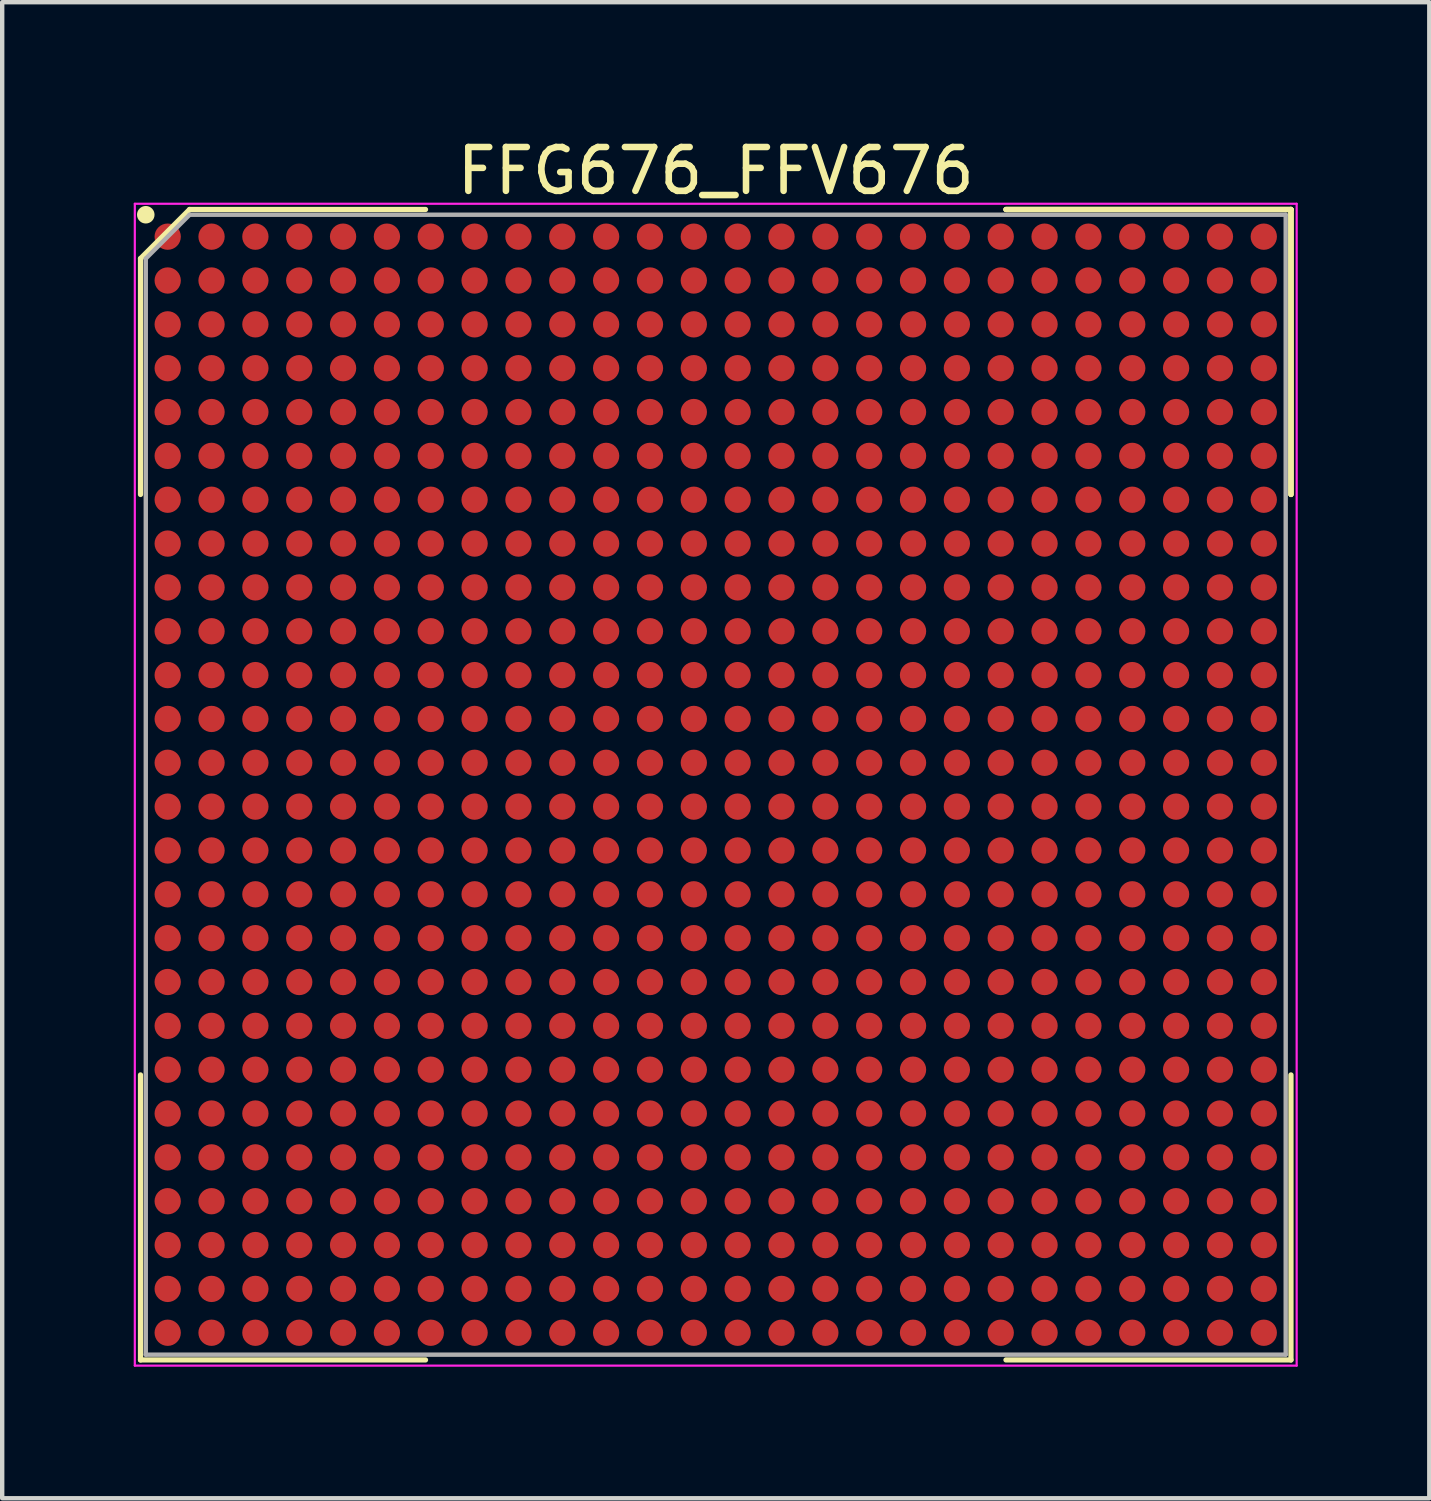
<source format=kicad_pcb>
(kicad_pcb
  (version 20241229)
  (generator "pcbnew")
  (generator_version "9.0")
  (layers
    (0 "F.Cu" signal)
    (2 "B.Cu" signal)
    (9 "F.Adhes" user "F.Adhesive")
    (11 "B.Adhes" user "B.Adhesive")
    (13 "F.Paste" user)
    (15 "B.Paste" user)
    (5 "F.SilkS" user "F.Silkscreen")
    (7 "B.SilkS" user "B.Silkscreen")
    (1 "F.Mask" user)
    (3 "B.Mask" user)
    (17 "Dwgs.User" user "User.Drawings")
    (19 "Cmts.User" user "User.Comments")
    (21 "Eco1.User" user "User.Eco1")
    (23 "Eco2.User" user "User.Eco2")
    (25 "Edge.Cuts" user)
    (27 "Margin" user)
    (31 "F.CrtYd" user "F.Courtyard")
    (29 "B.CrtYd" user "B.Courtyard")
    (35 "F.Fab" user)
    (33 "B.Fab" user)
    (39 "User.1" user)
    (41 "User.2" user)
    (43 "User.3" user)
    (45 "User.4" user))
  (footprint "FFG676_FFV676"
    (layer "F.Cu")
    (at 13.275 14.848)
    (property "Reference" "FFG676_FFV676" (at 0 -14 0) (layer "F.SilkS") (effects (font (size 1 1) (thickness 0.15))))
    (attr smd)
    (fp_line (start -13.12 -12) (end -13.12 -6.62) (stroke (width 0.12) (type solid)) (layer "F.SilkS"))
    (fp_line (start -13.12 13.12) (end -13.12 6.62) (stroke (width 0.12) (type solid)) (layer "F.SilkS"))
    (fp_line (start -12 -13.12) (end -13.12 -12) (stroke (width 0.12) (type solid)) (layer "F.SilkS"))
    (fp_line (start -6.62 -13.12) (end -12 -13.12) (stroke (width 0.12) (type solid)) (layer "F.SilkS"))
    (fp_line (start -6.62 13.12) (end -13.12 13.12) (stroke (width 0.12) (type solid)) (layer "F.SilkS"))
    (fp_line (start 6.62 -13.12) (end 13.12 -13.12) (stroke (width 0.12) (type solid)) (layer "F.SilkS"))
    (fp_line (start 6.62 -13.12) (end 13.12 -13.12) (stroke (width 0.12) (type solid)) (layer "F.SilkS"))
    (fp_line (start 6.62 -13.12) (end 13.12 -13.12) (stroke (width 0.12) (type solid)) (layer "F.SilkS"))
    (fp_line (start 6.62 13.12) (end 13.12 13.12) (stroke (width 0.12) (type solid)) (layer "F.SilkS"))
    (fp_line (start 13.12 -13.12) (end 13.12 -6.62) (stroke (width 0.12) (type solid)) (layer "F.SilkS"))
    (fp_line (start 13.12 -13.12) (end 13.12 -6.62) (stroke (width 0.12) (type solid)) (layer "F.SilkS"))
    (fp_line (start 13.12 -13.12) (end 13.12 -6.62) (stroke (width 0.12) (type solid)) (layer "F.SilkS"))
    (fp_line (start 13.12 13.12) (end 13.12 6.62) (stroke (width 0.12) (type solid)) (layer "F.SilkS"))
    (fp_circle (center -13 -13) (end -13 -12.9) (stroke (width 0.2) (type solid)) (fill no) (layer "F.SilkS"))
    (fp_line (start -13.25 -13.25) (end 13.25 -13.25) (stroke (width 0.05) (type solid)) (layer "F.CrtYd"))
    (fp_line (start -13.25 13.25) (end -13.25 -13.25) (stroke (width 0.05) (type solid)) (layer "F.CrtYd"))
    (fp_line (start 13.25 -13.25) (end 13.25 13.25) (stroke (width 0.05) (type solid)) (layer "F.CrtYd"))
    (fp_line (start 13.25 13.25) (end -13.25 13.25) (stroke (width 0.05) (type solid)) (layer "F.CrtYd"))
    (fp_line (start -13 -12) (end -13 13) (stroke (width 0.1) (type solid)) (layer "F.Fab"))
    (fp_line (start -13 13) (end 13 13) (stroke (width 0.1) (type solid)) (layer "F.Fab"))
    (fp_line (start -12 -13) (end -13 -12) (stroke (width 0.1) (type solid)) (layer "F.Fab"))
    (fp_line (start 13 -13) (end -12 -13) (stroke (width 0.1) (type solid)) (layer "F.Fab"))
    (fp_line (start 13 13) (end 13 -13) (stroke (width 0.1) (type solid)) (layer "F.Fab"))
    (pad "A1" smd circle (at -12.5 -12.5) (size 0.6 0.6) (layers "F.Cu" "F.Mask" "F.Paste"))
    (pad "A2" smd circle (at -11.5 -12.5) (size 0.6 0.6) (layers "F.Cu" "F.Mask" "F.Paste"))
    (pad "A3" smd circle (at -10.5 -12.5) (size 0.6 0.6) (layers "F.Cu" "F.Mask" "F.Paste"))
    (pad "A4" smd circle (at -9.5 -12.5) (size 0.6 0.6) (layers "F.Cu" "F.Mask" "F.Paste"))
    (pad "A5" smd circle (at -8.5 -12.5) (size 0.6 0.6) (layers "F.Cu" "F.Mask" "F.Paste"))
    (pad "A6" smd circle (at -7.5 -12.5) (size 0.6 0.6) (layers "F.Cu" "F.Mask" "F.Paste"))
    (pad "A7" smd circle (at -6.5 -12.5) (size 0.6 0.6) (layers "F.Cu" "F.Mask" "F.Paste"))
    (pad "A8" smd circle (at -5.5 -12.5) (size 0.6 0.6) (layers "F.Cu" "F.Mask" "F.Paste"))
    (pad "A9" smd circle (at -4.5 -12.5) (size 0.6 0.6) (layers "F.Cu" "F.Mask" "F.Paste"))
    (pad "A10" smd circle (at -3.5 -12.5) (size 0.6 0.6) (layers "F.Cu" "F.Mask" "F.Paste"))
    (pad "A11" smd circle (at -2.5 -12.5) (size 0.6 0.6) (layers "F.Cu" "F.Mask" "F.Paste"))
    (pad "A12" smd circle (at -1.5 -12.5) (size 0.6 0.6) (layers "F.Cu" "F.Mask" "F.Paste"))
    (pad "A13" smd circle (at -0.5 -12.5) (size 0.6 0.6) (layers "F.Cu" "F.Mask" "F.Paste"))
    (pad "A14" smd circle (at 0.5 -12.5) (size 0.6 0.6) (layers "F.Cu" "F.Mask" "F.Paste"))
    (pad "A15" smd circle (at 1.5 -12.5) (size 0.6 0.6) (layers "F.Cu" "F.Mask" "F.Paste"))
    (pad "A16" smd circle (at 2.5 -12.5) (size 0.6 0.6) (layers "F.Cu" "F.Mask" "F.Paste"))
    (pad "A17" smd circle (at 3.5 -12.5) (size 0.6 0.6) (layers "F.Cu" "F.Mask" "F.Paste"))
    (pad "A18" smd circle (at 4.5 -12.5) (size 0.6 0.6) (layers "F.Cu" "F.Mask" "F.Paste"))
    (pad "A19" smd circle (at 5.5 -12.5) (size 0.6 0.6) (layers "F.Cu" "F.Mask" "F.Paste"))
    (pad "A20" smd circle (at 6.5 -12.5) (size 0.6 0.6) (layers "F.Cu" "F.Mask" "F.Paste"))
    (pad "A21" smd circle (at 7.5 -12.5) (size 0.6 0.6) (layers "F.Cu" "F.Mask" "F.Paste"))
    (pad "A22" smd circle (at 8.5 -12.5) (size 0.6 0.6) (layers "F.Cu" "F.Mask" "F.Paste"))
    (pad "A23" smd circle (at 9.5 -12.5) (size 0.6 0.6) (layers "F.Cu" "F.Mask" "F.Paste"))
    (pad "A24" smd circle (at 10.5 -12.5) (size 0.6 0.6) (layers "F.Cu" "F.Mask" "F.Paste"))
    (pad "A25" smd circle (at 11.5 -12.5) (size 0.6 0.6) (layers "F.Cu" "F.Mask" "F.Paste"))
    (pad "A26" smd circle (at 12.5 -12.5) (size 0.6 0.6) (layers "F.Cu" "F.Mask" "F.Paste"))
    (pad "AA1" smd circle (at -12.5 7.5) (size 0.6 0.6) (layers "F.Cu" "F.Mask" "F.Paste"))
    (pad "AA2" smd circle (at -11.5 7.5) (size 0.6 0.6) (layers "F.Cu" "F.Mask" "F.Paste"))
    (pad "AA3" smd circle (at -10.5 7.5) (size 0.6 0.6) (layers "F.Cu" "F.Mask" "F.Paste"))
    (pad "AA4" smd circle (at -9.5 7.5) (size 0.6 0.6) (layers "F.Cu" "F.Mask" "F.Paste"))
    (pad "AA5" smd circle (at -8.5 7.5) (size 0.6 0.6) (layers "F.Cu" "F.Mask" "F.Paste"))
    (pad "AA6" smd circle (at -7.5 7.5) (size 0.6 0.6) (layers "F.Cu" "F.Mask" "F.Paste"))
    (pad "AA7" smd circle (at -6.5 7.5) (size 0.6 0.6) (layers "F.Cu" "F.Mask" "F.Paste"))
    (pad "AA8" smd circle (at -5.5 7.5) (size 0.6 0.6) (layers "F.Cu" "F.Mask" "F.Paste"))
    (pad "AA9" smd circle (at -4.5 7.5) (size 0.6 0.6) (layers "F.Cu" "F.Mask" "F.Paste"))
    (pad "AA10" smd circle (at -3.5 7.5) (size 0.6 0.6) (layers "F.Cu" "F.Mask" "F.Paste"))
    (pad "AA11" smd circle (at -2.5 7.5) (size 0.6 0.6) (layers "F.Cu" "F.Mask" "F.Paste"))
    (pad "AA12" smd circle (at -1.5 7.5) (size 0.6 0.6) (layers "F.Cu" "F.Mask" "F.Paste"))
    (pad "AA13" smd circle (at -0.5 7.5) (size 0.6 0.6) (layers "F.Cu" "F.Mask" "F.Paste"))
    (pad "AA14" smd circle (at 0.5 7.5) (size 0.6 0.6) (layers "F.Cu" "F.Mask" "F.Paste"))
    (pad "AA15" smd circle (at 1.5 7.5) (size 0.6 0.6) (layers "F.Cu" "F.Mask" "F.Paste"))
    (pad "AA16" smd circle (at 2.5 7.5) (size 0.6 0.6) (layers "F.Cu" "F.Mask" "F.Paste"))
    (pad "AA17" smd circle (at 3.5 7.5) (size 0.6 0.6) (layers "F.Cu" "F.Mask" "F.Paste"))
    (pad "AA18" smd circle (at 4.5 7.5) (size 0.6 0.6) (layers "F.Cu" "F.Mask" "F.Paste"))
    (pad "AA19" smd circle (at 5.5 7.5) (size 0.6 0.6) (layers "F.Cu" "F.Mask" "F.Paste"))
    (pad "AA20" smd circle (at 6.5 7.5) (size 0.6 0.6) (layers "F.Cu" "F.Mask" "F.Paste"))
    (pad "AA21" smd circle (at 7.5 7.5) (size 0.6 0.6) (layers "F.Cu" "F.Mask" "F.Paste"))
    (pad "AA22" smd circle (at 8.5 7.5) (size 0.6 0.6) (layers "F.Cu" "F.Mask" "F.Paste"))
    (pad "AA23" smd circle (at 9.5 7.5) (size 0.6 0.6) (layers "F.Cu" "F.Mask" "F.Paste"))
    (pad "AA24" smd circle (at 10.5 7.5) (size 0.6 0.6) (layers "F.Cu" "F.Mask" "F.Paste"))
    (pad "AA25" smd circle (at 11.5 7.5) (size 0.6 0.6) (layers "F.Cu" "F.Mask" "F.Paste"))
    (pad "AA26" smd circle (at 12.5 7.5) (size 0.6 0.6) (layers "F.Cu" "F.Mask" "F.Paste"))
    (pad "AB1" smd circle (at -12.5 8.5) (size 0.6 0.6) (layers "F.Cu" "F.Mask" "F.Paste"))
    (pad "AB2" smd circle (at -11.5 8.5) (size 0.6 0.6) (layers "F.Cu" "F.Mask" "F.Paste"))
    (pad "AB3" smd circle (at -10.5 8.5) (size 0.6 0.6) (layers "F.Cu" "F.Mask" "F.Paste"))
    (pad "AB4" smd circle (at -9.5 8.5) (size 0.6 0.6) (layers "F.Cu" "F.Mask" "F.Paste"))
    (pad "AB5" smd circle (at -8.5 8.5) (size 0.6 0.6) (layers "F.Cu" "F.Mask" "F.Paste"))
    (pad "AB6" smd circle (at -7.5 8.5) (size 0.6 0.6) (layers "F.Cu" "F.Mask" "F.Paste"))
    (pad "AB7" smd circle (at -6.5 8.5) (size 0.6 0.6) (layers "F.Cu" "F.Mask" "F.Paste"))
    (pad "AB8" smd circle (at -5.5 8.5) (size 0.6 0.6) (layers "F.Cu" "F.Mask" "F.Paste"))
    (pad "AB9" smd circle (at -4.5 8.5) (size 0.6 0.6) (layers "F.Cu" "F.Mask" "F.Paste"))
    (pad "AB10" smd circle (at -3.5 8.5) (size 0.6 0.6) (layers "F.Cu" "F.Mask" "F.Paste"))
    (pad "AB11" smd circle (at -2.5 8.5) (size 0.6 0.6) (layers "F.Cu" "F.Mask" "F.Paste"))
    (pad "AB12" smd circle (at -1.5 8.5) (size 0.6 0.6) (layers "F.Cu" "F.Mask" "F.Paste"))
    (pad "AB13" smd circle (at -0.5 8.5) (size 0.6 0.6) (layers "F.Cu" "F.Mask" "F.Paste"))
    (pad "AB14" smd circle (at 0.5 8.5) (size 0.6 0.6) (layers "F.Cu" "F.Mask" "F.Paste"))
    (pad "AB15" smd circle (at 1.5 8.5) (size 0.6 0.6) (layers "F.Cu" "F.Mask" "F.Paste"))
    (pad "AB16" smd circle (at 2.5 8.5) (size 0.6 0.6) (layers "F.Cu" "F.Mask" "F.Paste"))
    (pad "AB17" smd circle (at 3.5 8.5) (size 0.6 0.6) (layers "F.Cu" "F.Mask" "F.Paste"))
    (pad "AB18" smd circle (at 4.5 8.5) (size 0.6 0.6) (layers "F.Cu" "F.Mask" "F.Paste"))
    (pad "AB19" smd circle (at 5.5 8.5) (size 0.6 0.6) (layers "F.Cu" "F.Mask" "F.Paste"))
    (pad "AB20" smd circle (at 6.5 8.5) (size 0.6 0.6) (layers "F.Cu" "F.Mask" "F.Paste"))
    (pad "AB21" smd circle (at 7.5 8.5) (size 0.6 0.6) (layers "F.Cu" "F.Mask" "F.Paste"))
    (pad "AB22" smd circle (at 8.5 8.5) (size 0.6 0.6) (layers "F.Cu" "F.Mask" "F.Paste"))
    (pad "AB23" smd circle (at 9.5 8.5) (size 0.6 0.6) (layers "F.Cu" "F.Mask" "F.Paste"))
    (pad "AB24" smd circle (at 10.5 8.5) (size 0.6 0.6) (layers "F.Cu" "F.Mask" "F.Paste"))
    (pad "AB25" smd circle (at 11.5 8.5) (size 0.6 0.6) (layers "F.Cu" "F.Mask" "F.Paste"))
    (pad "AB26" smd circle (at 12.5 8.5) (size 0.6 0.6) (layers "F.Cu" "F.Mask" "F.Paste"))
    (pad "AC1" smd circle (at -12.5 9.5) (size 0.6 0.6) (layers "F.Cu" "F.Mask" "F.Paste"))
    (pad "AC2" smd circle (at -11.5 9.5) (size 0.6 0.6) (layers "F.Cu" "F.Mask" "F.Paste"))
    (pad "AC3" smd circle (at -10.5 9.5) (size 0.6 0.6) (layers "F.Cu" "F.Mask" "F.Paste"))
    (pad "AC4" smd circle (at -9.5 9.5) (size 0.6 0.6) (layers "F.Cu" "F.Mask" "F.Paste"))
    (pad "AC5" smd circle (at -8.5 9.5) (size 0.6 0.6) (layers "F.Cu" "F.Mask" "F.Paste"))
    (pad "AC6" smd circle (at -7.5 9.5) (size 0.6 0.6) (layers "F.Cu" "F.Mask" "F.Paste"))
    (pad "AC7" smd circle (at -6.5 9.5) (size 0.6 0.6) (layers "F.Cu" "F.Mask" "F.Paste"))
    (pad "AC8" smd circle (at -5.5 9.5) (size 0.6 0.6) (layers "F.Cu" "F.Mask" "F.Paste"))
    (pad "AC9" smd circle (at -4.5 9.5) (size 0.6 0.6) (layers "F.Cu" "F.Mask" "F.Paste"))
    (pad "AC10" smd circle (at -3.5 9.5) (size 0.6 0.6) (layers "F.Cu" "F.Mask" "F.Paste"))
    (pad "AC11" smd circle (at -2.5 9.5) (size 0.6 0.6) (layers "F.Cu" "F.Mask" "F.Paste"))
    (pad "AC12" smd circle (at -1.5 9.5) (size 0.6 0.6) (layers "F.Cu" "F.Mask" "F.Paste"))
    (pad "AC13" smd circle (at -0.5 9.5) (size 0.6 0.6) (layers "F.Cu" "F.Mask" "F.Paste"))
    (pad "AC14" smd circle (at 0.5 9.5) (size 0.6 0.6) (layers "F.Cu" "F.Mask" "F.Paste"))
    (pad "AC15" smd circle (at 1.5 9.5) (size 0.6 0.6) (layers "F.Cu" "F.Mask" "F.Paste"))
    (pad "AC16" smd circle (at 2.5 9.5) (size 0.6 0.6) (layers "F.Cu" "F.Mask" "F.Paste"))
    (pad "AC17" smd circle (at 3.5 9.5) (size 0.6 0.6) (layers "F.Cu" "F.Mask" "F.Paste"))
    (pad "AC18" smd circle (at 4.5 9.5) (size 0.6 0.6) (layers "F.Cu" "F.Mask" "F.Paste"))
    (pad "AC19" smd circle (at 5.5 9.5) (size 0.6 0.6) (layers "F.Cu" "F.Mask" "F.Paste"))
    (pad "AC20" smd circle (at 6.5 9.5) (size 0.6 0.6) (layers "F.Cu" "F.Mask" "F.Paste"))
    (pad "AC21" smd circle (at 7.5 9.5) (size 0.6 0.6) (layers "F.Cu" "F.Mask" "F.Paste"))
    (pad "AC22" smd circle (at 8.5 9.5) (size 0.6 0.6) (layers "F.Cu" "F.Mask" "F.Paste"))
    (pad "AC23" smd circle (at 9.5 9.5) (size 0.6 0.6) (layers "F.Cu" "F.Mask" "F.Paste"))
    (pad "AC24" smd circle (at 10.5 9.5) (size 0.6 0.6) (layers "F.Cu" "F.Mask" "F.Paste"))
    (pad "AC25" smd circle (at 11.5 9.5) (size 0.6 0.6) (layers "F.Cu" "F.Mask" "F.Paste"))
    (pad "AC26" smd circle (at 12.5 9.5) (size 0.6 0.6) (layers "F.Cu" "F.Mask" "F.Paste"))
    (pad "AD1" smd circle (at -12.5 10.5) (size 0.6 0.6) (layers "F.Cu" "F.Mask" "F.Paste"))
    (pad "AD2" smd circle (at -11.5 10.5) (size 0.6 0.6) (layers "F.Cu" "F.Mask" "F.Paste"))
    (pad "AD3" smd circle (at -10.5 10.5) (size 0.6 0.6) (layers "F.Cu" "F.Mask" "F.Paste"))
    (pad "AD4" smd circle (at -9.5 10.5) (size 0.6 0.6) (layers "F.Cu" "F.Mask" "F.Paste"))
    (pad "AD5" smd circle (at -8.5 10.5) (size 0.6 0.6) (layers "F.Cu" "F.Mask" "F.Paste"))
    (pad "AD6" smd circle (at -7.5 10.5) (size 0.6 0.6) (layers "F.Cu" "F.Mask" "F.Paste"))
    (pad "AD7" smd circle (at -6.5 10.5) (size 0.6 0.6) (layers "F.Cu" "F.Mask" "F.Paste"))
    (pad "AD8" smd circle (at -5.5 10.5) (size 0.6 0.6) (layers "F.Cu" "F.Mask" "F.Paste"))
    (pad "AD9" smd circle (at -4.5 10.5) (size 0.6 0.6) (layers "F.Cu" "F.Mask" "F.Paste"))
    (pad "AD10" smd circle (at -3.5 10.5) (size 0.6 0.6) (layers "F.Cu" "F.Mask" "F.Paste"))
    (pad "AD11" smd circle (at -2.5 10.5) (size 0.6 0.6) (layers "F.Cu" "F.Mask" "F.Paste"))
    (pad "AD12" smd circle (at -1.5 10.5) (size 0.6 0.6) (layers "F.Cu" "F.Mask" "F.Paste"))
    (pad "AD13" smd circle (at -0.5 10.5) (size 0.6 0.6) (layers "F.Cu" "F.Mask" "F.Paste"))
    (pad "AD14" smd circle (at 0.5 10.5) (size 0.6 0.6) (layers "F.Cu" "F.Mask" "F.Paste"))
    (pad "AD15" smd circle (at 1.5 10.5) (size 0.6 0.6) (layers "F.Cu" "F.Mask" "F.Paste"))
    (pad "AD16" smd circle (at 2.5 10.5) (size 0.6 0.6) (layers "F.Cu" "F.Mask" "F.Paste"))
    (pad "AD17" smd circle (at 3.5 10.5) (size 0.6 0.6) (layers "F.Cu" "F.Mask" "F.Paste"))
    (pad "AD18" smd circle (at 4.5 10.5) (size 0.6 0.6) (layers "F.Cu" "F.Mask" "F.Paste"))
    (pad "AD19" smd circle (at 5.5 10.5) (size 0.6 0.6) (layers "F.Cu" "F.Mask" "F.Paste"))
    (pad "AD20" smd circle (at 6.5 10.5) (size 0.6 0.6) (layers "F.Cu" "F.Mask" "F.Paste"))
    (pad "AD21" smd circle (at 7.5 10.5) (size 0.6 0.6) (layers "F.Cu" "F.Mask" "F.Paste"))
    (pad "AD22" smd circle (at 8.5 10.5) (size 0.6 0.6) (layers "F.Cu" "F.Mask" "F.Paste"))
    (pad "AD23" smd circle (at 9.5 10.5) (size 0.6 0.6) (layers "F.Cu" "F.Mask" "F.Paste"))
    (pad "AD24" smd circle (at 10.5 10.5) (size 0.6 0.6) (layers "F.Cu" "F.Mask" "F.Paste"))
    (pad "AD25" smd circle (at 11.5 10.5) (size 0.6 0.6) (layers "F.Cu" "F.Mask" "F.Paste"))
    (pad "AD26" smd circle (at 12.5 10.5) (size 0.6 0.6) (layers "F.Cu" "F.Mask" "F.Paste"))
    (pad "AE1" smd circle (at -12.5 11.5) (size 0.6 0.6) (layers "F.Cu" "F.Mask" "F.Paste"))
    (pad "AE2" smd circle (at -11.5 11.5) (size 0.6 0.6) (layers "F.Cu" "F.Mask" "F.Paste"))
    (pad "AE3" smd circle (at -10.5 11.5) (size 0.6 0.6) (layers "F.Cu" "F.Mask" "F.Paste"))
    (pad "AE4" smd circle (at -9.5 11.5) (size 0.6 0.6) (layers "F.Cu" "F.Mask" "F.Paste"))
    (pad "AE5" smd circle (at -8.5 11.5) (size 0.6 0.6) (layers "F.Cu" "F.Mask" "F.Paste"))
    (pad "AE6" smd circle (at -7.5 11.5) (size 0.6 0.6) (layers "F.Cu" "F.Mask" "F.Paste"))
    (pad "AE7" smd circle (at -6.5 11.5) (size 0.6 0.6) (layers "F.Cu" "F.Mask" "F.Paste"))
    (pad "AE8" smd circle (at -5.5 11.5) (size 0.6 0.6) (layers "F.Cu" "F.Mask" "F.Paste"))
    (pad "AE9" smd circle (at -4.5 11.5) (size 0.6 0.6) (layers "F.Cu" "F.Mask" "F.Paste"))
    (pad "AE10" smd circle (at -3.5 11.5) (size 0.6 0.6) (layers "F.Cu" "F.Mask" "F.Paste"))
    (pad "AE11" smd circle (at -2.5 11.5) (size 0.6 0.6) (layers "F.Cu" "F.Mask" "F.Paste"))
    (pad "AE12" smd circle (at -1.5 11.5) (size 0.6 0.6) (layers "F.Cu" "F.Mask" "F.Paste"))
    (pad "AE13" smd circle (at -0.5 11.5) (size 0.6 0.6) (layers "F.Cu" "F.Mask" "F.Paste"))
    (pad "AE14" smd circle (at 0.5 11.5) (size 0.6 0.6) (layers "F.Cu" "F.Mask" "F.Paste"))
    (pad "AE15" smd circle (at 1.5 11.5) (size 0.6 0.6) (layers "F.Cu" "F.Mask" "F.Paste"))
    (pad "AE16" smd circle (at 2.5 11.5) (size 0.6 0.6) (layers "F.Cu" "F.Mask" "F.Paste"))
    (pad "AE17" smd circle (at 3.5 11.5) (size 0.6 0.6) (layers "F.Cu" "F.Mask" "F.Paste"))
    (pad "AE18" smd circle (at 4.5 11.5) (size 0.6 0.6) (layers "F.Cu" "F.Mask" "F.Paste"))
    (pad "AE19" smd circle (at 5.5 11.5) (size 0.6 0.6) (layers "F.Cu" "F.Mask" "F.Paste"))
    (pad "AE20" smd circle (at 6.5 11.5) (size 0.6 0.6) (layers "F.Cu" "F.Mask" "F.Paste"))
    (pad "AE21" smd circle (at 7.5 11.5) (size 0.6 0.6) (layers "F.Cu" "F.Mask" "F.Paste"))
    (pad "AE22" smd circle (at 8.5 11.5) (size 0.6 0.6) (layers "F.Cu" "F.Mask" "F.Paste"))
    (pad "AE23" smd circle (at 9.5 11.5) (size 0.6 0.6) (layers "F.Cu" "F.Mask" "F.Paste"))
    (pad "AE24" smd circle (at 10.5 11.5) (size 0.6 0.6) (layers "F.Cu" "F.Mask" "F.Paste"))
    (pad "AE25" smd circle (at 11.5 11.5) (size 0.6 0.6) (layers "F.Cu" "F.Mask" "F.Paste"))
    (pad "AE26" smd circle (at 12.5 11.5) (size 0.6 0.6) (layers "F.Cu" "F.Mask" "F.Paste"))
    (pad "AF1" smd circle (at -12.5 12.5) (size 0.6 0.6) (layers "F.Cu" "F.Mask" "F.Paste"))
    (pad "AF2" smd circle (at -11.5 12.5) (size 0.6 0.6) (layers "F.Cu" "F.Mask" "F.Paste"))
    (pad "AF3" smd circle (at -10.5 12.5) (size 0.6 0.6) (layers "F.Cu" "F.Mask" "F.Paste"))
    (pad "AF4" smd circle (at -9.5 12.5) (size 0.6 0.6) (layers "F.Cu" "F.Mask" "F.Paste"))
    (pad "AF5" smd circle (at -8.5 12.5) (size 0.6 0.6) (layers "F.Cu" "F.Mask" "F.Paste"))
    (pad "AF6" smd circle (at -7.5 12.5) (size 0.6 0.6) (layers "F.Cu" "F.Mask" "F.Paste"))
    (pad "AF7" smd circle (at -6.5 12.5) (size 0.6 0.6) (layers "F.Cu" "F.Mask" "F.Paste"))
    (pad "AF8" smd circle (at -5.5 12.5) (size 0.6 0.6) (layers "F.Cu" "F.Mask" "F.Paste"))
    (pad "AF9" smd circle (at -4.5 12.5) (size 0.6 0.6) (layers "F.Cu" "F.Mask" "F.Paste"))
    (pad "AF10" smd circle (at -3.5 12.5) (size 0.6 0.6) (layers "F.Cu" "F.Mask" "F.Paste"))
    (pad "AF11" smd circle (at -2.5 12.5) (size 0.6 0.6) (layers "F.Cu" "F.Mask" "F.Paste"))
    (pad "AF12" smd circle (at -1.5 12.5) (size 0.6 0.6) (layers "F.Cu" "F.Mask" "F.Paste"))
    (pad "AF13" smd circle (at -0.5 12.5) (size 0.6 0.6) (layers "F.Cu" "F.Mask" "F.Paste"))
    (pad "AF14" smd circle (at 0.5 12.5) (size 0.6 0.6) (layers "F.Cu" "F.Mask" "F.Paste"))
    (pad "AF15" smd circle (at 1.5 12.5) (size 0.6 0.6) (layers "F.Cu" "F.Mask" "F.Paste"))
    (pad "AF16" smd circle (at 2.5 12.5) (size 0.6 0.6) (layers "F.Cu" "F.Mask" "F.Paste"))
    (pad "AF17" smd circle (at 3.5 12.5) (size 0.6 0.6) (layers "F.Cu" "F.Mask" "F.Paste"))
    (pad "AF18" smd circle (at 4.5 12.5) (size 0.6 0.6) (layers "F.Cu" "F.Mask" "F.Paste"))
    (pad "AF19" smd circle (at 5.5 12.5) (size 0.6 0.6) (layers "F.Cu" "F.Mask" "F.Paste"))
    (pad "AF20" smd circle (at 6.5 12.5) (size 0.6 0.6) (layers "F.Cu" "F.Mask" "F.Paste"))
    (pad "AF21" smd circle (at 7.5 12.5) (size 0.6 0.6) (layers "F.Cu" "F.Mask" "F.Paste"))
    (pad "AF22" smd circle (at 8.5 12.5) (size 0.6 0.6) (layers "F.Cu" "F.Mask" "F.Paste"))
    (pad "AF23" smd circle (at 9.5 12.5) (size 0.6 0.6) (layers "F.Cu" "F.Mask" "F.Paste"))
    (pad "AF24" smd circle (at 10.5 12.5) (size 0.6 0.6) (layers "F.Cu" "F.Mask" "F.Paste"))
    (pad "AF25" smd circle (at 11.5 12.5) (size 0.6 0.6) (layers "F.Cu" "F.Mask" "F.Paste"))
    (pad "AF26" smd circle (at 12.5 12.5) (size 0.6 0.6) (layers "F.Cu" "F.Mask" "F.Paste"))
    (pad "B1" smd circle (at -12.5 -11.5) (size 0.6 0.6) (layers "F.Cu" "F.Mask" "F.Paste"))
    (pad "B2" smd circle (at -11.5 -11.5) (size 0.6 0.6) (layers "F.Cu" "F.Mask" "F.Paste"))
    (pad "B3" smd circle (at -10.5 -11.5) (size 0.6 0.6) (layers "F.Cu" "F.Mask" "F.Paste"))
    (pad "B4" smd circle (at -9.5 -11.5) (size 0.6 0.6) (layers "F.Cu" "F.Mask" "F.Paste"))
    (pad "B5" smd circle (at -8.5 -11.5) (size 0.6 0.6) (layers "F.Cu" "F.Mask" "F.Paste"))
    (pad "B6" smd circle (at -7.5 -11.5) (size 0.6 0.6) (layers "F.Cu" "F.Mask" "F.Paste"))
    (pad "B7" smd circle (at -6.5 -11.5) (size 0.6 0.6) (layers "F.Cu" "F.Mask" "F.Paste"))
    (pad "B8" smd circle (at -5.5 -11.5) (size 0.6 0.6) (layers "F.Cu" "F.Mask" "F.Paste"))
    (pad "B9" smd circle (at -4.5 -11.5) (size 0.6 0.6) (layers "F.Cu" "F.Mask" "F.Paste"))
    (pad "B10" smd circle (at -3.5 -11.5) (size 0.6 0.6) (layers "F.Cu" "F.Mask" "F.Paste"))
    (pad "B11" smd circle (at -2.5 -11.5) (size 0.6 0.6) (layers "F.Cu" "F.Mask" "F.Paste"))
    (pad "B12" smd circle (at -1.5 -11.5) (size 0.6 0.6) (layers "F.Cu" "F.Mask" "F.Paste"))
    (pad "B13" smd circle (at -0.5 -11.5) (size 0.6 0.6) (layers "F.Cu" "F.Mask" "F.Paste"))
    (pad "B14" smd circle (at 0.5 -11.5) (size 0.6 0.6) (layers "F.Cu" "F.Mask" "F.Paste"))
    (pad "B15" smd circle (at 1.5 -11.5) (size 0.6 0.6) (layers "F.Cu" "F.Mask" "F.Paste"))
    (pad "B16" smd circle (at 2.5 -11.5) (size 0.6 0.6) (layers "F.Cu" "F.Mask" "F.Paste"))
    (pad "B17" smd circle (at 3.5 -11.5) (size 0.6 0.6) (layers "F.Cu" "F.Mask" "F.Paste"))
    (pad "B18" smd circle (at 4.5 -11.5) (size 0.6 0.6) (layers "F.Cu" "F.Mask" "F.Paste"))
    (pad "B19" smd circle (at 5.5 -11.5) (size 0.6 0.6) (layers "F.Cu" "F.Mask" "F.Paste"))
    (pad "B20" smd circle (at 6.5 -11.5) (size 0.6 0.6) (layers "F.Cu" "F.Mask" "F.Paste"))
    (pad "B21" smd circle (at 7.5 -11.5) (size 0.6 0.6) (layers "F.Cu" "F.Mask" "F.Paste"))
    (pad "B22" smd circle (at 8.5 -11.5) (size 0.6 0.6) (layers "F.Cu" "F.Mask" "F.Paste"))
    (pad "B23" smd circle (at 9.5 -11.5) (size 0.6 0.6) (layers "F.Cu" "F.Mask" "F.Paste"))
    (pad "B24" smd circle (at 10.5 -11.5) (size 0.6 0.6) (layers "F.Cu" "F.Mask" "F.Paste"))
    (pad "B25" smd circle (at 11.5 -11.5) (size 0.6 0.6) (layers "F.Cu" "F.Mask" "F.Paste"))
    (pad "B26" smd circle (at 12.5 -11.5) (size 0.6 0.6) (layers "F.Cu" "F.Mask" "F.Paste"))
    (pad "C1" smd circle (at -12.5 -10.5) (size 0.6 0.6) (layers "F.Cu" "F.Mask" "F.Paste"))
    (pad "C2" smd circle (at -11.5 -10.5) (size 0.6 0.6) (layers "F.Cu" "F.Mask" "F.Paste"))
    (pad "C3" smd circle (at -10.5 -10.5) (size 0.6 0.6) (layers "F.Cu" "F.Mask" "F.Paste"))
    (pad "C4" smd circle (at -9.5 -10.5) (size 0.6 0.6) (layers "F.Cu" "F.Mask" "F.Paste"))
    (pad "C5" smd circle (at -8.5 -10.5) (size 0.6 0.6) (layers "F.Cu" "F.Mask" "F.Paste"))
    (pad "C6" smd circle (at -7.5 -10.5) (size 0.6 0.6) (layers "F.Cu" "F.Mask" "F.Paste"))
    (pad "C7" smd circle (at -6.5 -10.5) (size 0.6 0.6) (layers "F.Cu" "F.Mask" "F.Paste"))
    (pad "C8" smd circle (at -5.5 -10.5) (size 0.6 0.6) (layers "F.Cu" "F.Mask" "F.Paste"))
    (pad "C9" smd circle (at -4.5 -10.5) (size 0.6 0.6) (layers "F.Cu" "F.Mask" "F.Paste"))
    (pad "C10" smd circle (at -3.5 -10.5) (size 0.6 0.6) (layers "F.Cu" "F.Mask" "F.Paste"))
    (pad "C11" smd circle (at -2.5 -10.5) (size 0.6 0.6) (layers "F.Cu" "F.Mask" "F.Paste"))
    (pad "C12" smd circle (at -1.5 -10.5) (size 0.6 0.6) (layers "F.Cu" "F.Mask" "F.Paste"))
    (pad "C13" smd circle (at -0.5 -10.5) (size 0.6 0.6) (layers "F.Cu" "F.Mask" "F.Paste"))
    (pad "C14" smd circle (at 0.5 -10.5) (size 0.6 0.6) (layers "F.Cu" "F.Mask" "F.Paste"))
    (pad "C15" smd circle (at 1.5 -10.5) (size 0.6 0.6) (layers "F.Cu" "F.Mask" "F.Paste"))
    (pad "C16" smd circle (at 2.5 -10.5) (size 0.6 0.6) (layers "F.Cu" "F.Mask" "F.Paste"))
    (pad "C17" smd circle (at 3.5 -10.5) (size 0.6 0.6) (layers "F.Cu" "F.Mask" "F.Paste"))
    (pad "C18" smd circle (at 4.5 -10.5) (size 0.6 0.6) (layers "F.Cu" "F.Mask" "F.Paste"))
    (pad "C19" smd circle (at 5.5 -10.5) (size 0.6 0.6) (layers "F.Cu" "F.Mask" "F.Paste"))
    (pad "C20" smd circle (at 6.5 -10.5) (size 0.6 0.6) (layers "F.Cu" "F.Mask" "F.Paste"))
    (pad "C21" smd circle (at 7.5 -10.5) (size 0.6 0.6) (layers "F.Cu" "F.Mask" "F.Paste"))
    (pad "C22" smd circle (at 8.5 -10.5) (size 0.6 0.6) (layers "F.Cu" "F.Mask" "F.Paste"))
    (pad "C23" smd circle (at 9.5 -10.5) (size 0.6 0.6) (layers "F.Cu" "F.Mask" "F.Paste"))
    (pad "C24" smd circle (at 10.5 -10.5) (size 0.6 0.6) (layers "F.Cu" "F.Mask" "F.Paste"))
    (pad "C25" smd circle (at 11.5 -10.5) (size 0.6 0.6) (layers "F.Cu" "F.Mask" "F.Paste"))
    (pad "C26" smd circle (at 12.5 -10.5) (size 0.6 0.6) (layers "F.Cu" "F.Mask" "F.Paste"))
    (pad "D1" smd circle (at -12.5 -9.5) (size 0.6 0.6) (layers "F.Cu" "F.Mask" "F.Paste"))
    (pad "D2" smd circle (at -11.5 -9.5) (size 0.6 0.6) (layers "F.Cu" "F.Mask" "F.Paste"))
    (pad "D3" smd circle (at -10.5 -9.5) (size 0.6 0.6) (layers "F.Cu" "F.Mask" "F.Paste"))
    (pad "D4" smd circle (at -9.5 -9.5) (size 0.6 0.6) (layers "F.Cu" "F.Mask" "F.Paste"))
    (pad "D5" smd circle (at -8.5 -9.5) (size 0.6 0.6) (layers "F.Cu" "F.Mask" "F.Paste"))
    (pad "D6" smd circle (at -7.5 -9.5) (size 0.6 0.6) (layers "F.Cu" "F.Mask" "F.Paste"))
    (pad "D7" smd circle (at -6.5 -9.5) (size 0.6 0.6) (layers "F.Cu" "F.Mask" "F.Paste"))
    (pad "D8" smd circle (at -5.5 -9.5) (size 0.6 0.6) (layers "F.Cu" "F.Mask" "F.Paste"))
    (pad "D9" smd circle (at -4.5 -9.5) (size 0.6 0.6) (layers "F.Cu" "F.Mask" "F.Paste"))
    (pad "D10" smd circle (at -3.5 -9.5) (size 0.6 0.6) (layers "F.Cu" "F.Mask" "F.Paste"))
    (pad "D11" smd circle (at -2.5 -9.5) (size 0.6 0.6) (layers "F.Cu" "F.Mask" "F.Paste"))
    (pad "D12" smd circle (at -1.5 -9.5) (size 0.6 0.6) (layers "F.Cu" "F.Mask" "F.Paste"))
    (pad "D13" smd circle (at -0.5 -9.5) (size 0.6 0.6) (layers "F.Cu" "F.Mask" "F.Paste"))
    (pad "D14" smd circle (at 0.5 -9.5) (size 0.6 0.6) (layers "F.Cu" "F.Mask" "F.Paste"))
    (pad "D15" smd circle (at 1.5 -9.5) (size 0.6 0.6) (layers "F.Cu" "F.Mask" "F.Paste"))
    (pad "D16" smd circle (at 2.5 -9.5) (size 0.6 0.6) (layers "F.Cu" "F.Mask" "F.Paste"))
    (pad "D17" smd circle (at 3.5 -9.5) (size 0.6 0.6) (layers "F.Cu" "F.Mask" "F.Paste"))
    (pad "D18" smd circle (at 4.5 -9.5) (size 0.6 0.6) (layers "F.Cu" "F.Mask" "F.Paste"))
    (pad "D19" smd circle (at 5.5 -9.5) (size 0.6 0.6) (layers "F.Cu" "F.Mask" "F.Paste"))
    (pad "D20" smd circle (at 6.5 -9.5) (size 0.6 0.6) (layers "F.Cu" "F.Mask" "F.Paste"))
    (pad "D21" smd circle (at 7.5 -9.5) (size 0.6 0.6) (layers "F.Cu" "F.Mask" "F.Paste"))
    (pad "D22" smd circle (at 8.5 -9.5) (size 0.6 0.6) (layers "F.Cu" "F.Mask" "F.Paste"))
    (pad "D23" smd circle (at 9.5 -9.5) (size 0.6 0.6) (layers "F.Cu" "F.Mask" "F.Paste"))
    (pad "D24" smd circle (at 10.5 -9.5) (size 0.6 0.6) (layers "F.Cu" "F.Mask" "F.Paste"))
    (pad "D25" smd circle (at 11.5 -9.5) (size 0.6 0.6) (layers "F.Cu" "F.Mask" "F.Paste"))
    (pad "D26" smd circle (at 12.5 -9.5) (size 0.6 0.6) (layers "F.Cu" "F.Mask" "F.Paste"))
    (pad "E1" smd circle (at -12.5 -8.5) (size 0.6 0.6) (layers "F.Cu" "F.Mask" "F.Paste"))
    (pad "E2" smd circle (at -11.5 -8.5) (size 0.6 0.6) (layers "F.Cu" "F.Mask" "F.Paste"))
    (pad "E3" smd circle (at -10.5 -8.5) (size 0.6 0.6) (layers "F.Cu" "F.Mask" "F.Paste"))
    (pad "E4" smd circle (at -9.5 -8.5) (size 0.6 0.6) (layers "F.Cu" "F.Mask" "F.Paste"))
    (pad "E5" smd circle (at -8.5 -8.5) (size 0.6 0.6) (layers "F.Cu" "F.Mask" "F.Paste"))
    (pad "E6" smd circle (at -7.5 -8.5) (size 0.6 0.6) (layers "F.Cu" "F.Mask" "F.Paste"))
    (pad "E7" smd circle (at -6.5 -8.5) (size 0.6 0.6) (layers "F.Cu" "F.Mask" "F.Paste"))
    (pad "E8" smd circle (at -5.5 -8.5) (size 0.6 0.6) (layers "F.Cu" "F.Mask" "F.Paste"))
    (pad "E9" smd circle (at -4.5 -8.5) (size 0.6 0.6) (layers "F.Cu" "F.Mask" "F.Paste"))
    (pad "E10" smd circle (at -3.5 -8.5) (size 0.6 0.6) (layers "F.Cu" "F.Mask" "F.Paste"))
    (pad "E11" smd circle (at -2.5 -8.5) (size 0.6 0.6) (layers "F.Cu" "F.Mask" "F.Paste"))
    (pad "E12" smd circle (at -1.5 -8.5) (size 0.6 0.6) (layers "F.Cu" "F.Mask" "F.Paste"))
    (pad "E13" smd circle (at -0.5 -8.5) (size 0.6 0.6) (layers "F.Cu" "F.Mask" "F.Paste"))
    (pad "E14" smd circle (at 0.5 -8.5) (size 0.6 0.6) (layers "F.Cu" "F.Mask" "F.Paste"))
    (pad "E15" smd circle (at 1.5 -8.5) (size 0.6 0.6) (layers "F.Cu" "F.Mask" "F.Paste"))
    (pad "E16" smd circle (at 2.5 -8.5) (size 0.6 0.6) (layers "F.Cu" "F.Mask" "F.Paste"))
    (pad "E17" smd circle (at 3.5 -8.5) (size 0.6 0.6) (layers "F.Cu" "F.Mask" "F.Paste"))
    (pad "E18" smd circle (at 4.5 -8.5) (size 0.6 0.6) (layers "F.Cu" "F.Mask" "F.Paste"))
    (pad "E19" smd circle (at 5.5 -8.5) (size 0.6 0.6) (layers "F.Cu" "F.Mask" "F.Paste"))
    (pad "E20" smd circle (at 6.5 -8.5) (size 0.6 0.6) (layers "F.Cu" "F.Mask" "F.Paste"))
    (pad "E21" smd circle (at 7.5 -8.5) (size 0.6 0.6) (layers "F.Cu" "F.Mask" "F.Paste"))
    (pad "E22" smd circle (at 8.5 -8.5) (size 0.6 0.6) (layers "F.Cu" "F.Mask" "F.Paste"))
    (pad "E23" smd circle (at 9.5 -8.5) (size 0.6 0.6) (layers "F.Cu" "F.Mask" "F.Paste"))
    (pad "E24" smd circle (at 10.5 -8.5) (size 0.6 0.6) (layers "F.Cu" "F.Mask" "F.Paste"))
    (pad "E25" smd circle (at 11.5 -8.5) (size 0.6 0.6) (layers "F.Cu" "F.Mask" "F.Paste"))
    (pad "E26" smd circle (at 12.5 -8.5) (size 0.6 0.6) (layers "F.Cu" "F.Mask" "F.Paste"))
    (pad "F1" smd circle (at -12.5 -7.5) (size 0.6 0.6) (layers "F.Cu" "F.Mask" "F.Paste"))
    (pad "F2" smd circle (at -11.5 -7.5) (size 0.6 0.6) (layers "F.Cu" "F.Mask" "F.Paste"))
    (pad "F3" smd circle (at -10.5 -7.5) (size 0.6 0.6) (layers "F.Cu" "F.Mask" "F.Paste"))
    (pad "F4" smd circle (at -9.5 -7.5) (size 0.6 0.6) (layers "F.Cu" "F.Mask" "F.Paste"))
    (pad "F5" smd circle (at -8.5 -7.5) (size 0.6 0.6) (layers "F.Cu" "F.Mask" "F.Paste"))
    (pad "F6" smd circle (at -7.5 -7.5) (size 0.6 0.6) (layers "F.Cu" "F.Mask" "F.Paste"))
    (pad "F7" smd circle (at -6.5 -7.5) (size 0.6 0.6) (layers "F.Cu" "F.Mask" "F.Paste"))
    (pad "F8" smd circle (at -5.5 -7.5) (size 0.6 0.6) (layers "F.Cu" "F.Mask" "F.Paste"))
    (pad "F9" smd circle (at -4.5 -7.5) (size 0.6 0.6) (layers "F.Cu" "F.Mask" "F.Paste"))
    (pad "F10" smd circle (at -3.5 -7.5) (size 0.6 0.6) (layers "F.Cu" "F.Mask" "F.Paste"))
    (pad "F11" smd circle (at -2.5 -7.5) (size 0.6 0.6) (layers "F.Cu" "F.Mask" "F.Paste"))
    (pad "F12" smd circle (at -1.5 -7.5) (size 0.6 0.6) (layers "F.Cu" "F.Mask" "F.Paste"))
    (pad "F13" smd circle (at -0.5 -7.5) (size 0.6 0.6) (layers "F.Cu" "F.Mask" "F.Paste"))
    (pad "F14" smd circle (at 0.5 -7.5) (size 0.6 0.6) (layers "F.Cu" "F.Mask" "F.Paste"))
    (pad "F15" smd circle (at 1.5 -7.5) (size 0.6 0.6) (layers "F.Cu" "F.Mask" "F.Paste"))
    (pad "F16" smd circle (at 2.5 -7.5) (size 0.6 0.6) (layers "F.Cu" "F.Mask" "F.Paste"))
    (pad "F17" smd circle (at 3.5 -7.5) (size 0.6 0.6) (layers "F.Cu" "F.Mask" "F.Paste"))
    (pad "F18" smd circle (at 4.5 -7.5) (size 0.6 0.6) (layers "F.Cu" "F.Mask" "F.Paste"))
    (pad "F19" smd circle (at 5.5 -7.5) (size 0.6 0.6) (layers "F.Cu" "F.Mask" "F.Paste"))
    (pad "F20" smd circle (at 6.5 -7.5) (size 0.6 0.6) (layers "F.Cu" "F.Mask" "F.Paste"))
    (pad "F21" smd circle (at 7.5 -7.5) (size 0.6 0.6) (layers "F.Cu" "F.Mask" "F.Paste"))
    (pad "F22" smd circle (at 8.5 -7.5) (size 0.6 0.6) (layers "F.Cu" "F.Mask" "F.Paste"))
    (pad "F23" smd circle (at 9.5 -7.5) (size 0.6 0.6) (layers "F.Cu" "F.Mask" "F.Paste"))
    (pad "F24" smd circle (at 10.5 -7.5) (size 0.6 0.6) (layers "F.Cu" "F.Mask" "F.Paste"))
    (pad "F25" smd circle (at 11.5 -7.5) (size 0.6 0.6) (layers "F.Cu" "F.Mask" "F.Paste"))
    (pad "F26" smd circle (at 12.5 -7.5) (size 0.6 0.6) (layers "F.Cu" "F.Mask" "F.Paste"))
    (pad "G1" smd circle (at -12.5 -6.5) (size 0.6 0.6) (layers "F.Cu" "F.Mask" "F.Paste"))
    (pad "G2" smd circle (at -11.5 -6.5) (size 0.6 0.6) (layers "F.Cu" "F.Mask" "F.Paste"))
    (pad "G3" smd circle (at -10.5 -6.5) (size 0.6 0.6) (layers "F.Cu" "F.Mask" "F.Paste"))
    (pad "G4" smd circle (at -9.5 -6.5) (size 0.6 0.6) (layers "F.Cu" "F.Mask" "F.Paste"))
    (pad "G5" smd circle (at -8.5 -6.5) (size 0.6 0.6) (layers "F.Cu" "F.Mask" "F.Paste"))
    (pad "G6" smd circle (at -7.5 -6.5) (size 0.6 0.6) (layers "F.Cu" "F.Mask" "F.Paste"))
    (pad "G7" smd circle (at -6.5 -6.5) (size 0.6 0.6) (layers "F.Cu" "F.Mask" "F.Paste"))
    (pad "G8" smd circle (at -5.5 -6.5) (size 0.6 0.6) (layers "F.Cu" "F.Mask" "F.Paste"))
    (pad "G9" smd circle (at -4.5 -6.5) (size 0.6 0.6) (layers "F.Cu" "F.Mask" "F.Paste"))
    (pad "G10" smd circle (at -3.5 -6.5) (size 0.6 0.6) (layers "F.Cu" "F.Mask" "F.Paste"))
    (pad "G11" smd circle (at -2.5 -6.5) (size 0.6 0.6) (layers "F.Cu" "F.Mask" "F.Paste"))
    (pad "G12" smd circle (at -1.5 -6.5) (size 0.6 0.6) (layers "F.Cu" "F.Mask" "F.Paste"))
    (pad "G13" smd circle (at -0.5 -6.5) (size 0.6 0.6) (layers "F.Cu" "F.Mask" "F.Paste"))
    (pad "G14" smd circle (at 0.5 -6.5) (size 0.6 0.6) (layers "F.Cu" "F.Mask" "F.Paste"))
    (pad "G15" smd circle (at 1.5 -6.5) (size 0.6 0.6) (layers "F.Cu" "F.Mask" "F.Paste"))
    (pad "G16" smd circle (at 2.5 -6.5) (size 0.6 0.6) (layers "F.Cu" "F.Mask" "F.Paste"))
    (pad "G17" smd circle (at 3.5 -6.5) (size 0.6 0.6) (layers "F.Cu" "F.Mask" "F.Paste"))
    (pad "G18" smd circle (at 4.5 -6.5) (size 0.6 0.6) (layers "F.Cu" "F.Mask" "F.Paste"))
    (pad "G19" smd circle (at 5.5 -6.5) (size 0.6 0.6) (layers "F.Cu" "F.Mask" "F.Paste"))
    (pad "G20" smd circle (at 6.5 -6.5) (size 0.6 0.6) (layers "F.Cu" "F.Mask" "F.Paste"))
    (pad "G21" smd circle (at 7.5 -6.5) (size 0.6 0.6) (layers "F.Cu" "F.Mask" "F.Paste"))
    (pad "G22" smd circle (at 8.5 -6.5) (size 0.6 0.6) (layers "F.Cu" "F.Mask" "F.Paste"))
    (pad "G23" smd circle (at 9.5 -6.5) (size 0.6 0.6) (layers "F.Cu" "F.Mask" "F.Paste"))
    (pad "G24" smd circle (at 10.5 -6.5) (size 0.6 0.6) (layers "F.Cu" "F.Mask" "F.Paste"))
    (pad "G25" smd circle (at 11.5 -6.5) (size 0.6 0.6) (layers "F.Cu" "F.Mask" "F.Paste"))
    (pad "G26" smd circle (at 12.5 -6.5) (size 0.6 0.6) (layers "F.Cu" "F.Mask" "F.Paste"))
    (pad "H1" smd circle (at -12.5 -5.5) (size 0.6 0.6) (layers "F.Cu" "F.Mask" "F.Paste"))
    (pad "H2" smd circle (at -11.5 -5.5) (size 0.6 0.6) (layers "F.Cu" "F.Mask" "F.Paste"))
    (pad "H3" smd circle (at -10.5 -5.5) (size 0.6 0.6) (layers "F.Cu" "F.Mask" "F.Paste"))
    (pad "H4" smd circle (at -9.5 -5.5) (size 0.6 0.6) (layers "F.Cu" "F.Mask" "F.Paste"))
    (pad "H5" smd circle (at -8.5 -5.5) (size 0.6 0.6) (layers "F.Cu" "F.Mask" "F.Paste"))
    (pad "H6" smd circle (at -7.5 -5.5) (size 0.6 0.6) (layers "F.Cu" "F.Mask" "F.Paste"))
    (pad "H7" smd circle (at -6.5 -5.5) (size 0.6 0.6) (layers "F.Cu" "F.Mask" "F.Paste"))
    (pad "H8" smd circle (at -5.5 -5.5) (size 0.6 0.6) (layers "F.Cu" "F.Mask" "F.Paste"))
    (pad "H9" smd circle (at -4.5 -5.5) (size 0.6 0.6) (layers "F.Cu" "F.Mask" "F.Paste"))
    (pad "H10" smd circle (at -3.5 -5.5) (size 0.6 0.6) (layers "F.Cu" "F.Mask" "F.Paste"))
    (pad "H11" smd circle (at -2.5 -5.5) (size 0.6 0.6) (layers "F.Cu" "F.Mask" "F.Paste"))
    (pad "H12" smd circle (at -1.5 -5.5) (size 0.6 0.6) (layers "F.Cu" "F.Mask" "F.Paste"))
    (pad "H13" smd circle (at -0.5 -5.5) (size 0.6 0.6) (layers "F.Cu" "F.Mask" "F.Paste"))
    (pad "H14" smd circle (at 0.5 -5.5) (size 0.6 0.6) (layers "F.Cu" "F.Mask" "F.Paste"))
    (pad "H15" smd circle (at 1.5 -5.5) (size 0.6 0.6) (layers "F.Cu" "F.Mask" "F.Paste"))
    (pad "H16" smd circle (at 2.5 -5.5) (size 0.6 0.6) (layers "F.Cu" "F.Mask" "F.Paste"))
    (pad "H17" smd circle (at 3.5 -5.5) (size 0.6 0.6) (layers "F.Cu" "F.Mask" "F.Paste"))
    (pad "H18" smd circle (at 4.5 -5.5) (size 0.6 0.6) (layers "F.Cu" "F.Mask" "F.Paste"))
    (pad "H19" smd circle (at 5.5 -5.5) (size 0.6 0.6) (layers "F.Cu" "F.Mask" "F.Paste"))
    (pad "H20" smd circle (at 6.5 -5.5) (size 0.6 0.6) (layers "F.Cu" "F.Mask" "F.Paste"))
    (pad "H21" smd circle (at 7.5 -5.5) (size 0.6 0.6) (layers "F.Cu" "F.Mask" "F.Paste"))
    (pad "H22" smd circle (at 8.5 -5.5) (size 0.6 0.6) (layers "F.Cu" "F.Mask" "F.Paste"))
    (pad "H23" smd circle (at 9.5 -5.5) (size 0.6 0.6) (layers "F.Cu" "F.Mask" "F.Paste"))
    (pad "H24" smd circle (at 10.5 -5.5) (size 0.6 0.6) (layers "F.Cu" "F.Mask" "F.Paste"))
    (pad "H25" smd circle (at 11.5 -5.5) (size 0.6 0.6) (layers "F.Cu" "F.Mask" "F.Paste"))
    (pad "H26" smd circle (at 12.5 -5.5) (size 0.6 0.6) (layers "F.Cu" "F.Mask" "F.Paste"))
    (pad "J1" smd circle (at -12.5 -4.5) (size 0.6 0.6) (layers "F.Cu" "F.Mask" "F.Paste"))
    (pad "J2" smd circle (at -11.5 -4.5) (size 0.6 0.6) (layers "F.Cu" "F.Mask" "F.Paste"))
    (pad "J3" smd circle (at -10.5 -4.5) (size 0.6 0.6) (layers "F.Cu" "F.Mask" "F.Paste"))
    (pad "J4" smd circle (at -9.5 -4.5) (size 0.6 0.6) (layers "F.Cu" "F.Mask" "F.Paste"))
    (pad "J5" smd circle (at -8.5 -4.5) (size 0.6 0.6) (layers "F.Cu" "F.Mask" "F.Paste"))
    (pad "J6" smd circle (at -7.5 -4.5) (size 0.6 0.6) (layers "F.Cu" "F.Mask" "F.Paste"))
    (pad "J7" smd circle (at -6.5 -4.5) (size 0.6 0.6) (layers "F.Cu" "F.Mask" "F.Paste"))
    (pad "J8" smd circle (at -5.5 -4.5) (size 0.6 0.6) (layers "F.Cu" "F.Mask" "F.Paste"))
    (pad "J9" smd circle (at -4.5 -4.5) (size 0.6 0.6) (layers "F.Cu" "F.Mask" "F.Paste"))
    (pad "J10" smd circle (at -3.5 -4.5) (size 0.6 0.6) (layers "F.Cu" "F.Mask" "F.Paste"))
    (pad "J11" smd circle (at -2.5 -4.5) (size 0.6 0.6) (layers "F.Cu" "F.Mask" "F.Paste"))
    (pad "J12" smd circle (at -1.5 -4.5) (size 0.6 0.6) (layers "F.Cu" "F.Mask" "F.Paste"))
    (pad "J13" smd circle (at -0.5 -4.5) (size 0.6 0.6) (layers "F.Cu" "F.Mask" "F.Paste"))
    (pad "J14" smd circle (at 0.5 -4.5) (size 0.6 0.6) (layers "F.Cu" "F.Mask" "F.Paste"))
    (pad "J15" smd circle (at 1.5 -4.5) (size 0.6 0.6) (layers "F.Cu" "F.Mask" "F.Paste"))
    (pad "J16" smd circle (at 2.5 -4.5) (size 0.6 0.6) (layers "F.Cu" "F.Mask" "F.Paste"))
    (pad "J17" smd circle (at 3.5 -4.5) (size 0.6 0.6) (layers "F.Cu" "F.Mask" "F.Paste"))
    (pad "J18" smd circle (at 4.5 -4.5) (size 0.6 0.6) (layers "F.Cu" "F.Mask" "F.Paste"))
    (pad "J19" smd circle (at 5.5 -4.5) (size 0.6 0.6) (layers "F.Cu" "F.Mask" "F.Paste"))
    (pad "J20" smd circle (at 6.5 -4.5) (size 0.6 0.6) (layers "F.Cu" "F.Mask" "F.Paste"))
    (pad "J21" smd circle (at 7.5 -4.5) (size 0.6 0.6) (layers "F.Cu" "F.Mask" "F.Paste"))
    (pad "J22" smd circle (at 8.5 -4.5) (size 0.6 0.6) (layers "F.Cu" "F.Mask" "F.Paste"))
    (pad "J23" smd circle (at 9.5 -4.5) (size 0.6 0.6) (layers "F.Cu" "F.Mask" "F.Paste"))
    (pad "J24" smd circle (at 10.5 -4.5) (size 0.6 0.6) (layers "F.Cu" "F.Mask" "F.Paste"))
    (pad "J25" smd circle (at 11.5 -4.5) (size 0.6 0.6) (layers "F.Cu" "F.Mask" "F.Paste"))
    (pad "J26" smd circle (at 12.5 -4.5) (size 0.6 0.6) (layers "F.Cu" "F.Mask" "F.Paste"))
    (pad "K1" smd circle (at -12.5 -3.5) (size 0.6 0.6) (layers "F.Cu" "F.Mask" "F.Paste"))
    (pad "K2" smd circle (at -11.5 -3.5) (size 0.6 0.6) (layers "F.Cu" "F.Mask" "F.Paste"))
    (pad "K3" smd circle (at -10.5 -3.5) (size 0.6 0.6) (layers "F.Cu" "F.Mask" "F.Paste"))
    (pad "K4" smd circle (at -9.5 -3.5) (size 0.6 0.6) (layers "F.Cu" "F.Mask" "F.Paste"))
    (pad "K5" smd circle (at -8.5 -3.5) (size 0.6 0.6) (layers "F.Cu" "F.Mask" "F.Paste"))
    (pad "K6" smd circle (at -7.5 -3.5) (size 0.6 0.6) (layers "F.Cu" "F.Mask" "F.Paste"))
    (pad "K7" smd circle (at -6.5 -3.5) (size 0.6 0.6) (layers "F.Cu" "F.Mask" "F.Paste"))
    (pad "K8" smd circle (at -5.5 -3.5) (size 0.6 0.6) (layers "F.Cu" "F.Mask" "F.Paste"))
    (pad "K9" smd circle (at -4.5 -3.5) (size 0.6 0.6) (layers "F.Cu" "F.Mask" "F.Paste"))
    (pad "K10" smd circle (at -3.5 -3.5) (size 0.6 0.6) (layers "F.Cu" "F.Mask" "F.Paste"))
    (pad "K11" smd circle (at -2.5 -3.5) (size 0.6 0.6) (layers "F.Cu" "F.Mask" "F.Paste"))
    (pad "K12" smd circle (at -1.5 -3.5) (size 0.6 0.6) (layers "F.Cu" "F.Mask" "F.Paste"))
    (pad "K13" smd circle (at -0.5 -3.5) (size 0.6 0.6) (layers "F.Cu" "F.Mask" "F.Paste"))
    (pad "K14" smd circle (at 0.5 -3.5) (size 0.6 0.6) (layers "F.Cu" "F.Mask" "F.Paste"))
    (pad "K15" smd circle (at 1.5 -3.5) (size 0.6 0.6) (layers "F.Cu" "F.Mask" "F.Paste"))
    (pad "K16" smd circle (at 2.5 -3.5) (size 0.6 0.6) (layers "F.Cu" "F.Mask" "F.Paste"))
    (pad "K17" smd circle (at 3.5 -3.5) (size 0.6 0.6) (layers "F.Cu" "F.Mask" "F.Paste"))
    (pad "K18" smd circle (at 4.5 -3.5) (size 0.6 0.6) (layers "F.Cu" "F.Mask" "F.Paste"))
    (pad "K19" smd circle (at 5.5 -3.5) (size 0.6 0.6) (layers "F.Cu" "F.Mask" "F.Paste"))
    (pad "K20" smd circle (at 6.5 -3.5) (size 0.6 0.6) (layers "F.Cu" "F.Mask" "F.Paste"))
    (pad "K21" smd circle (at 7.5 -3.5) (size 0.6 0.6) (layers "F.Cu" "F.Mask" "F.Paste"))
    (pad "K22" smd circle (at 8.5 -3.5) (size 0.6 0.6) (layers "F.Cu" "F.Mask" "F.Paste"))
    (pad "K23" smd circle (at 9.5 -3.5) (size 0.6 0.6) (layers "F.Cu" "F.Mask" "F.Paste"))
    (pad "K24" smd circle (at 10.5 -3.5) (size 0.6 0.6) (layers "F.Cu" "F.Mask" "F.Paste"))
    (pad "K25" smd circle (at 11.5 -3.5) (size 0.6 0.6) (layers "F.Cu" "F.Mask" "F.Paste"))
    (pad "K26" smd circle (at 12.5 -3.5) (size 0.6 0.6) (layers "F.Cu" "F.Mask" "F.Paste"))
    (pad "L1" smd circle (at -12.5 -2.5) (size 0.6 0.6) (layers "F.Cu" "F.Mask" "F.Paste"))
    (pad "L2" smd circle (at -11.5 -2.5) (size 0.6 0.6) (layers "F.Cu" "F.Mask" "F.Paste"))
    (pad "L3" smd circle (at -10.5 -2.5) (size 0.6 0.6) (layers "F.Cu" "F.Mask" "F.Paste"))
    (pad "L4" smd circle (at -9.5 -2.5) (size 0.6 0.6) (layers "F.Cu" "F.Mask" "F.Paste"))
    (pad "L5" smd circle (at -8.5 -2.5) (size 0.6 0.6) (layers "F.Cu" "F.Mask" "F.Paste"))
    (pad "L6" smd circle (at -7.5 -2.5) (size 0.6 0.6) (layers "F.Cu" "F.Mask" "F.Paste"))
    (pad "L7" smd circle (at -6.5 -2.5) (size 0.6 0.6) (layers "F.Cu" "F.Mask" "F.Paste"))
    (pad "L8" smd circle (at -5.5 -2.5) (size 0.6 0.6) (layers "F.Cu" "F.Mask" "F.Paste"))
    (pad "L9" smd circle (at -4.5 -2.5) (size 0.6 0.6) (layers "F.Cu" "F.Mask" "F.Paste"))
    (pad "L10" smd circle (at -3.5 -2.5) (size 0.6 0.6) (layers "F.Cu" "F.Mask" "F.Paste"))
    (pad "L11" smd circle (at -2.5 -2.5) (size 0.6 0.6) (layers "F.Cu" "F.Mask" "F.Paste"))
    (pad "L12" smd circle (at -1.5 -2.5) (size 0.6 0.6) (layers "F.Cu" "F.Mask" "F.Paste"))
    (pad "L13" smd circle (at -0.5 -2.5) (size 0.6 0.6) (layers "F.Cu" "F.Mask" "F.Paste"))
    (pad "L14" smd circle (at 0.5 -2.5) (size 0.6 0.6) (layers "F.Cu" "F.Mask" "F.Paste"))
    (pad "L15" smd circle (at 1.5 -2.5) (size 0.6 0.6) (layers "F.Cu" "F.Mask" "F.Paste"))
    (pad "L16" smd circle (at 2.5 -2.5) (size 0.6 0.6) (layers "F.Cu" "F.Mask" "F.Paste"))
    (pad "L17" smd circle (at 3.5 -2.5) (size 0.6 0.6) (layers "F.Cu" "F.Mask" "F.Paste"))
    (pad "L18" smd circle (at 4.5 -2.5) (size 0.6 0.6) (layers "F.Cu" "F.Mask" "F.Paste"))
    (pad "L19" smd circle (at 5.5 -2.5) (size 0.6 0.6) (layers "F.Cu" "F.Mask" "F.Paste"))
    (pad "L20" smd circle (at 6.5 -2.5) (size 0.6 0.6) (layers "F.Cu" "F.Mask" "F.Paste"))
    (pad "L21" smd circle (at 7.5 -2.5) (size 0.6 0.6) (layers "F.Cu" "F.Mask" "F.Paste"))
    (pad "L22" smd circle (at 8.5 -2.5) (size 0.6 0.6) (layers "F.Cu" "F.Mask" "F.Paste"))
    (pad "L23" smd circle (at 9.5 -2.5) (size 0.6 0.6) (layers "F.Cu" "F.Mask" "F.Paste"))
    (pad "L24" smd circle (at 10.5 -2.5) (size 0.6 0.6) (layers "F.Cu" "F.Mask" "F.Paste"))
    (pad "L25" smd circle (at 11.5 -2.5) (size 0.6 0.6) (layers "F.Cu" "F.Mask" "F.Paste"))
    (pad "L26" smd circle (at 12.5 -2.5) (size 0.6 0.6) (layers "F.Cu" "F.Mask" "F.Paste"))
    (pad "M1" smd circle (at -12.5 -1.5) (size 0.6 0.6) (layers "F.Cu" "F.Mask" "F.Paste"))
    (pad "M2" smd circle (at -11.5 -1.5) (size 0.6 0.6) (layers "F.Cu" "F.Mask" "F.Paste"))
    (pad "M3" smd circle (at -10.5 -1.5) (size 0.6 0.6) (layers "F.Cu" "F.Mask" "F.Paste"))
    (pad "M4" smd circle (at -9.5 -1.5) (size 0.6 0.6) (layers "F.Cu" "F.Mask" "F.Paste"))
    (pad "M5" smd circle (at -8.5 -1.5) (size 0.6 0.6) (layers "F.Cu" "F.Mask" "F.Paste"))
    (pad "M6" smd circle (at -7.5 -1.5) (size 0.6 0.6) (layers "F.Cu" "F.Mask" "F.Paste"))
    (pad "M7" smd circle (at -6.5 -1.5) (size 0.6 0.6) (layers "F.Cu" "F.Mask" "F.Paste"))
    (pad "M8" smd circle (at -5.5 -1.5) (size 0.6 0.6) (layers "F.Cu" "F.Mask" "F.Paste"))
    (pad "M9" smd circle (at -4.5 -1.5) (size 0.6 0.6) (layers "F.Cu" "F.Mask" "F.Paste"))
    (pad "M10" smd circle (at -3.5 -1.5) (size 0.6 0.6) (layers "F.Cu" "F.Mask" "F.Paste"))
    (pad "M11" smd circle (at -2.5 -1.5) (size 0.6 0.6) (layers "F.Cu" "F.Mask" "F.Paste"))
    (pad "M12" smd circle (at -1.5 -1.5) (size 0.6 0.6) (layers "F.Cu" "F.Mask" "F.Paste"))
    (pad "M13" smd circle (at -0.5 -1.5) (size 0.6 0.6) (layers "F.Cu" "F.Mask" "F.Paste"))
    (pad "M14" smd circle (at 0.5 -1.5) (size 0.6 0.6) (layers "F.Cu" "F.Mask" "F.Paste"))
    (pad "M15" smd circle (at 1.5 -1.5) (size 0.6 0.6) (layers "F.Cu" "F.Mask" "F.Paste"))
    (pad "M16" smd circle (at 2.5 -1.5) (size 0.6 0.6) (layers "F.Cu" "F.Mask" "F.Paste"))
    (pad "M17" smd circle (at 3.5 -1.5) (size 0.6 0.6) (layers "F.Cu" "F.Mask" "F.Paste"))
    (pad "M18" smd circle (at 4.5 -1.5) (size 0.6 0.6) (layers "F.Cu" "F.Mask" "F.Paste"))
    (pad "M19" smd circle (at 5.5 -1.5) (size 0.6 0.6) (layers "F.Cu" "F.Mask" "F.Paste"))
    (pad "M20" smd circle (at 6.5 -1.5) (size 0.6 0.6) (layers "F.Cu" "F.Mask" "F.Paste"))
    (pad "M21" smd circle (at 7.5 -1.5) (size 0.6 0.6) (layers "F.Cu" "F.Mask" "F.Paste"))
    (pad "M22" smd circle (at 8.5 -1.5) (size 0.6 0.6) (layers "F.Cu" "F.Mask" "F.Paste"))
    (pad "M23" smd circle (at 9.5 -1.5) (size 0.6 0.6) (layers "F.Cu" "F.Mask" "F.Paste"))
    (pad "M24" smd circle (at 10.5 -1.5) (size 0.6 0.6) (layers "F.Cu" "F.Mask" "F.Paste"))
    (pad "M25" smd circle (at 11.5 -1.5) (size 0.6 0.6) (layers "F.Cu" "F.Mask" "F.Paste"))
    (pad "M26" smd circle (at 12.5 -1.5) (size 0.6 0.6) (layers "F.Cu" "F.Mask" "F.Paste"))
    (pad "N1" smd circle (at -12.5 -0.5) (size 0.6 0.6) (layers "F.Cu" "F.Mask" "F.Paste"))
    (pad "N2" smd circle (at -11.5 -0.5) (size 0.6 0.6) (layers "F.Cu" "F.Mask" "F.Paste"))
    (pad "N3" smd circle (at -10.5 -0.5) (size 0.6 0.6) (layers "F.Cu" "F.Mask" "F.Paste"))
    (pad "N4" smd circle (at -9.5 -0.5) (size 0.6 0.6) (layers "F.Cu" "F.Mask" "F.Paste"))
    (pad "N5" smd circle (at -8.5 -0.5) (size 0.6 0.6) (layers "F.Cu" "F.Mask" "F.Paste"))
    (pad "N6" smd circle (at -7.5 -0.5) (size 0.6 0.6) (layers "F.Cu" "F.Mask" "F.Paste"))
    (pad "N7" smd circle (at -6.5 -0.5) (size 0.6 0.6) (layers "F.Cu" "F.Mask" "F.Paste"))
    (pad "N8" smd circle (at -5.5 -0.5) (size 0.6 0.6) (layers "F.Cu" "F.Mask" "F.Paste"))
    (pad "N9" smd circle (at -4.5 -0.5) (size 0.6 0.6) (layers "F.Cu" "F.Mask" "F.Paste"))
    (pad "N10" smd circle (at -3.5 -0.5) (size 0.6 0.6) (layers "F.Cu" "F.Mask" "F.Paste"))
    (pad "N11" smd circle (at -2.5 -0.5) (size 0.6 0.6) (layers "F.Cu" "F.Mask" "F.Paste"))
    (pad "N12" smd circle (at -1.5 -0.5) (size 0.6 0.6) (layers "F.Cu" "F.Mask" "F.Paste"))
    (pad "N13" smd circle (at -0.5 -0.5) (size 0.6 0.6) (layers "F.Cu" "F.Mask" "F.Paste"))
    (pad "N14" smd circle (at 0.5 -0.5) (size 0.6 0.6) (layers "F.Cu" "F.Mask" "F.Paste"))
    (pad "N15" smd circle (at 1.5 -0.5) (size 0.6 0.6) (layers "F.Cu" "F.Mask" "F.Paste"))
    (pad "N16" smd circle (at 2.5 -0.5) (size 0.6 0.6) (layers "F.Cu" "F.Mask" "F.Paste"))
    (pad "N17" smd circle (at 3.5 -0.5) (size 0.6 0.6) (layers "F.Cu" "F.Mask" "F.Paste"))
    (pad "N18" smd circle (at 4.5 -0.5) (size 0.6 0.6) (layers "F.Cu" "F.Mask" "F.Paste"))
    (pad "N19" smd circle (at 5.5 -0.5) (size 0.6 0.6) (layers "F.Cu" "F.Mask" "F.Paste"))
    (pad "N20" smd circle (at 6.5 -0.5) (size 0.6 0.6) (layers "F.Cu" "F.Mask" "F.Paste"))
    (pad "N21" smd circle (at 7.5 -0.5) (size 0.6 0.6) (layers "F.Cu" "F.Mask" "F.Paste"))
    (pad "N22" smd circle (at 8.5 -0.5) (size 0.6 0.6) (layers "F.Cu" "F.Mask" "F.Paste"))
    (pad "N23" smd circle (at 9.5 -0.5) (size 0.6 0.6) (layers "F.Cu" "F.Mask" "F.Paste"))
    (pad "N24" smd circle (at 10.5 -0.5) (size 0.6 0.6) (layers "F.Cu" "F.Mask" "F.Paste"))
    (pad "N25" smd circle (at 11.5 -0.5) (size 0.6 0.6) (layers "F.Cu" "F.Mask" "F.Paste"))
    (pad "N26" smd circle (at 12.5 -0.5) (size 0.6 0.6) (layers "F.Cu" "F.Mask" "F.Paste"))
    (pad "P1" smd circle (at -12.5 0.5) (size 0.6 0.6) (layers "F.Cu" "F.Mask" "F.Paste"))
    (pad "P2" smd circle (at -11.5 0.5) (size 0.6 0.6) (layers "F.Cu" "F.Mask" "F.Paste"))
    (pad "P3" smd circle (at -10.5 0.5) (size 0.6 0.6) (layers "F.Cu" "F.Mask" "F.Paste"))
    (pad "P4" smd circle (at -9.5 0.5) (size 0.6 0.6) (layers "F.Cu" "F.Mask" "F.Paste"))
    (pad "P5" smd circle (at -8.5 0.5) (size 0.6 0.6) (layers "F.Cu" "F.Mask" "F.Paste"))
    (pad "P6" smd circle (at -7.5 0.5) (size 0.6 0.6) (layers "F.Cu" "F.Mask" "F.Paste"))
    (pad "P7" smd circle (at -6.5 0.5) (size 0.6 0.6) (layers "F.Cu" "F.Mask" "F.Paste"))
    (pad "P8" smd circle (at -5.5 0.5) (size 0.6 0.6) (layers "F.Cu" "F.Mask" "F.Paste"))
    (pad "P9" smd circle (at -4.5 0.5) (size 0.6 0.6) (layers "F.Cu" "F.Mask" "F.Paste"))
    (pad "P10" smd circle (at -3.5 0.5) (size 0.6 0.6) (layers "F.Cu" "F.Mask" "F.Paste"))
    (pad "P11" smd circle (at -2.5 0.5) (size 0.6 0.6) (layers "F.Cu" "F.Mask" "F.Paste"))
    (pad "P12" smd circle (at -1.5 0.5) (size 0.6 0.6) (layers "F.Cu" "F.Mask" "F.Paste"))
    (pad "P13" smd circle (at -0.5 0.5) (size 0.6 0.6) (layers "F.Cu" "F.Mask" "F.Paste"))
    (pad "P14" smd circle (at 0.5 0.5) (size 0.6 0.6) (layers "F.Cu" "F.Mask" "F.Paste"))
    (pad "P15" smd circle (at 1.5 0.5) (size 0.6 0.6) (layers "F.Cu" "F.Mask" "F.Paste"))
    (pad "P16" smd circle (at 2.5 0.5) (size 0.6 0.6) (layers "F.Cu" "F.Mask" "F.Paste"))
    (pad "P17" smd circle (at 3.5 0.5) (size 0.6 0.6) (layers "F.Cu" "F.Mask" "F.Paste"))
    (pad "P18" smd circle (at 4.5 0.5) (size 0.6 0.6) (layers "F.Cu" "F.Mask" "F.Paste"))
    (pad "P19" smd circle (at 5.5 0.5) (size 0.6 0.6) (layers "F.Cu" "F.Mask" "F.Paste"))
    (pad "P20" smd circle (at 6.5 0.5) (size 0.6 0.6) (layers "F.Cu" "F.Mask" "F.Paste"))
    (pad "P21" smd circle (at 7.5 0.5) (size 0.6 0.6) (layers "F.Cu" "F.Mask" "F.Paste"))
    (pad "P22" smd circle (at 8.5 0.5) (size 0.6 0.6) (layers "F.Cu" "F.Mask" "F.Paste"))
    (pad "P23" smd circle (at 9.5 0.5) (size 0.6 0.6) (layers "F.Cu" "F.Mask" "F.Paste"))
    (pad "P24" smd circle (at 10.5 0.5) (size 0.6 0.6) (layers "F.Cu" "F.Mask" "F.Paste"))
    (pad "P25" smd circle (at 11.5 0.5) (size 0.6 0.6) (layers "F.Cu" "F.Mask" "F.Paste"))
    (pad "P26" smd circle (at 12.5 0.5) (size 0.6 0.6) (layers "F.Cu" "F.Mask" "F.Paste"))
    (pad "R1" smd circle (at -12.5 1.5) (size 0.6 0.6) (layers "F.Cu" "F.Mask" "F.Paste"))
    (pad "R2" smd circle (at -11.5 1.5) (size 0.6 0.6) (layers "F.Cu" "F.Mask" "F.Paste"))
    (pad "R3" smd circle (at -10.5 1.5) (size 0.6 0.6) (layers "F.Cu" "F.Mask" "F.Paste"))
    (pad "R4" smd circle (at -9.5 1.5) (size 0.6 0.6) (layers "F.Cu" "F.Mask" "F.Paste"))
    (pad "R5" smd circle (at -8.5 1.5) (size 0.6 0.6) (layers "F.Cu" "F.Mask" "F.Paste"))
    (pad "R6" smd circle (at -7.5 1.5) (size 0.6 0.6) (layers "F.Cu" "F.Mask" "F.Paste"))
    (pad "R7" smd circle (at -6.5 1.5) (size 0.6 0.6) (layers "F.Cu" "F.Mask" "F.Paste"))
    (pad "R8" smd circle (at -5.5 1.5) (size 0.6 0.6) (layers "F.Cu" "F.Mask" "F.Paste"))
    (pad "R9" smd circle (at -4.5 1.5) (size 0.6 0.6) (layers "F.Cu" "F.Mask" "F.Paste"))
    (pad "R10" smd circle (at -3.5 1.5) (size 0.6 0.6) (layers "F.Cu" "F.Mask" "F.Paste"))
    (pad "R11" smd circle (at -2.5 1.5) (size 0.6 0.6) (layers "F.Cu" "F.Mask" "F.Paste"))
    (pad "R12" smd circle (at -1.5 1.5) (size 0.6 0.6) (layers "F.Cu" "F.Mask" "F.Paste"))
    (pad "R13" smd circle (at -0.5 1.5) (size 0.6 0.6) (layers "F.Cu" "F.Mask" "F.Paste"))
    (pad "R14" smd circle (at 0.5 1.5) (size 0.6 0.6) (layers "F.Cu" "F.Mask" "F.Paste"))
    (pad "R15" smd circle (at 1.5 1.5) (size 0.6 0.6) (layers "F.Cu" "F.Mask" "F.Paste"))
    (pad "R16" smd circle (at 2.5 1.5) (size 0.6 0.6) (layers "F.Cu" "F.Mask" "F.Paste"))
    (pad "R17" smd circle (at 3.5 1.5) (size 0.6 0.6) (layers "F.Cu" "F.Mask" "F.Paste"))
    (pad "R18" smd circle (at 4.5 1.5) (size 0.6 0.6) (layers "F.Cu" "F.Mask" "F.Paste"))
    (pad "R19" smd circle (at 5.5 1.5) (size 0.6 0.6) (layers "F.Cu" "F.Mask" "F.Paste"))
    (pad "R20" smd circle (at 6.5 1.5) (size 0.6 0.6) (layers "F.Cu" "F.Mask" "F.Paste"))
    (pad "R21" smd circle (at 7.5 1.5) (size 0.6 0.6) (layers "F.Cu" "F.Mask" "F.Paste"))
    (pad "R22" smd circle (at 8.5 1.5) (size 0.6 0.6) (layers "F.Cu" "F.Mask" "F.Paste"))
    (pad "R23" smd circle (at 9.5 1.5) (size 0.6 0.6) (layers "F.Cu" "F.Mask" "F.Paste"))
    (pad "R24" smd circle (at 10.5 1.5) (size 0.6 0.6) (layers "F.Cu" "F.Mask" "F.Paste"))
    (pad "R25" smd circle (at 11.5 1.5) (size 0.6 0.6) (layers "F.Cu" "F.Mask" "F.Paste"))
    (pad "R26" smd circle (at 12.5 1.5) (size 0.6 0.6) (layers "F.Cu" "F.Mask" "F.Paste"))
    (pad "T1" smd circle (at -12.5 2.5) (size 0.6 0.6) (layers "F.Cu" "F.Mask" "F.Paste"))
    (pad "T2" smd circle (at -11.5 2.5) (size 0.6 0.6) (layers "F.Cu" "F.Mask" "F.Paste"))
    (pad "T3" smd circle (at -10.5 2.5) (size 0.6 0.6) (layers "F.Cu" "F.Mask" "F.Paste"))
    (pad "T4" smd circle (at -9.5 2.5) (size 0.6 0.6) (layers "F.Cu" "F.Mask" "F.Paste"))
    (pad "T5" smd circle (at -8.5 2.5) (size 0.6 0.6) (layers "F.Cu" "F.Mask" "F.Paste"))
    (pad "T6" smd circle (at -7.5 2.5) (size 0.6 0.6) (layers "F.Cu" "F.Mask" "F.Paste"))
    (pad "T7" smd circle (at -6.5 2.5) (size 0.6 0.6) (layers "F.Cu" "F.Mask" "F.Paste"))
    (pad "T8" smd circle (at -5.5 2.5) (size 0.6 0.6) (layers "F.Cu" "F.Mask" "F.Paste"))
    (pad "T9" smd circle (at -4.5 2.5) (size 0.6 0.6) (layers "F.Cu" "F.Mask" "F.Paste"))
    (pad "T10" smd circle (at -3.5 2.5) (size 0.6 0.6) (layers "F.Cu" "F.Mask" "F.Paste"))
    (pad "T11" smd circle (at -2.5 2.5) (size 0.6 0.6) (layers "F.Cu" "F.Mask" "F.Paste"))
    (pad "T12" smd circle (at -1.5 2.5) (size 0.6 0.6) (layers "F.Cu" "F.Mask" "F.Paste"))
    (pad "T13" smd circle (at -0.5 2.5) (size 0.6 0.6) (layers "F.Cu" "F.Mask" "F.Paste"))
    (pad "T14" smd circle (at 0.5 2.5) (size 0.6 0.6) (layers "F.Cu" "F.Mask" "F.Paste"))
    (pad "T15" smd circle (at 1.5 2.5) (size 0.6 0.6) (layers "F.Cu" "F.Mask" "F.Paste"))
    (pad "T16" smd circle (at 2.5 2.5) (size 0.6 0.6) (layers "F.Cu" "F.Mask" "F.Paste"))
    (pad "T17" smd circle (at 3.5 2.5) (size 0.6 0.6) (layers "F.Cu" "F.Mask" "F.Paste"))
    (pad "T18" smd circle (at 4.5 2.5) (size 0.6 0.6) (layers "F.Cu" "F.Mask" "F.Paste"))
    (pad "T19" smd circle (at 5.5 2.5) (size 0.6 0.6) (layers "F.Cu" "F.Mask" "F.Paste"))
    (pad "T20" smd circle (at 6.5 2.5) (size 0.6 0.6) (layers "F.Cu" "F.Mask" "F.Paste"))
    (pad "T21" smd circle (at 7.5 2.5) (size 0.6 0.6) (layers "F.Cu" "F.Mask" "F.Paste"))
    (pad "T22" smd circle (at 8.5 2.5) (size 0.6 0.6) (layers "F.Cu" "F.Mask" "F.Paste"))
    (pad "T23" smd circle (at 9.5 2.5) (size 0.6 0.6) (layers "F.Cu" "F.Mask" "F.Paste"))
    (pad "T24" smd circle (at 10.5 2.5) (size 0.6 0.6) (layers "F.Cu" "F.Mask" "F.Paste"))
    (pad "T25" smd circle (at 11.5 2.5) (size 0.6 0.6) (layers "F.Cu" "F.Mask" "F.Paste"))
    (pad "T26" smd circle (at 12.5 2.5) (size 0.6 0.6) (layers "F.Cu" "F.Mask" "F.Paste"))
    (pad "U1" smd circle (at -12.5 3.5) (size 0.6 0.6) (layers "F.Cu" "F.Mask" "F.Paste"))
    (pad "U2" smd circle (at -11.5 3.5) (size 0.6 0.6) (layers "F.Cu" "F.Mask" "F.Paste"))
    (pad "U3" smd circle (at -10.5 3.5) (size 0.6 0.6) (layers "F.Cu" "F.Mask" "F.Paste"))
    (pad "U4" smd circle (at -9.5 3.5) (size 0.6 0.6) (layers "F.Cu" "F.Mask" "F.Paste"))
    (pad "U5" smd circle (at -8.5 3.5) (size 0.6 0.6) (layers "F.Cu" "F.Mask" "F.Paste"))
    (pad "U6" smd circle (at -7.5 3.5) (size 0.6 0.6) (layers "F.Cu" "F.Mask" "F.Paste"))
    (pad "U7" smd circle (at -6.5 3.5) (size 0.6 0.6) (layers "F.Cu" "F.Mask" "F.Paste"))
    (pad "U8" smd circle (at -5.5 3.5) (size 0.6 0.6) (layers "F.Cu" "F.Mask" "F.Paste"))
    (pad "U9" smd circle (at -4.5 3.5) (size 0.6 0.6) (layers "F.Cu" "F.Mask" "F.Paste"))
    (pad "U10" smd circle (at -3.5 3.5) (size 0.6 0.6) (layers "F.Cu" "F.Mask" "F.Paste"))
    (pad "U11" smd circle (at -2.5 3.5) (size 0.6 0.6) (layers "F.Cu" "F.Mask" "F.Paste"))
    (pad "U12" smd circle (at -1.5 3.5) (size 0.6 0.6) (layers "F.Cu" "F.Mask" "F.Paste"))
    (pad "U13" smd circle (at -0.5 3.5) (size 0.6 0.6) (layers "F.Cu" "F.Mask" "F.Paste"))
    (pad "U14" smd circle (at 0.5 3.5) (size 0.6 0.6) (layers "F.Cu" "F.Mask" "F.Paste"))
    (pad "U15" smd circle (at 1.5 3.5) (size 0.6 0.6) (layers "F.Cu" "F.Mask" "F.Paste"))
    (pad "U16" smd circle (at 2.5 3.5) (size 0.6 0.6) (layers "F.Cu" "F.Mask" "F.Paste"))
    (pad "U17" smd circle (at 3.5 3.5) (size 0.6 0.6) (layers "F.Cu" "F.Mask" "F.Paste"))
    (pad "U18" smd circle (at 4.5 3.5) (size 0.6 0.6) (layers "F.Cu" "F.Mask" "F.Paste"))
    (pad "U19" smd circle (at 5.5 3.5) (size 0.6 0.6) (layers "F.Cu" "F.Mask" "F.Paste"))
    (pad "U20" smd circle (at 6.5 3.5) (size 0.6 0.6) (layers "F.Cu" "F.Mask" "F.Paste"))
    (pad "U21" smd circle (at 7.5 3.5) (size 0.6 0.6) (layers "F.Cu" "F.Mask" "F.Paste"))
    (pad "U22" smd circle (at 8.5 3.5) (size 0.6 0.6) (layers "F.Cu" "F.Mask" "F.Paste"))
    (pad "U23" smd circle (at 9.5 3.5) (size 0.6 0.6) (layers "F.Cu" "F.Mask" "F.Paste"))
    (pad "U24" smd circle (at 10.5 3.5) (size 0.6 0.6) (layers "F.Cu" "F.Mask" "F.Paste"))
    (pad "U25" smd circle (at 11.5 3.5) (size 0.6 0.6) (layers "F.Cu" "F.Mask" "F.Paste"))
    (pad "U26" smd circle (at 12.5 3.5) (size 0.6 0.6) (layers "F.Cu" "F.Mask" "F.Paste"))
    (pad "V1" smd circle (at -12.5 4.5) (size 0.6 0.6) (layers "F.Cu" "F.Mask" "F.Paste"))
    (pad "V2" smd circle (at -11.5 4.5) (size 0.6 0.6) (layers "F.Cu" "F.Mask" "F.Paste"))
    (pad "V3" smd circle (at -10.5 4.5) (size 0.6 0.6) (layers "F.Cu" "F.Mask" "F.Paste"))
    (pad "V4" smd circle (at -9.5 4.5) (size 0.6 0.6) (layers "F.Cu" "F.Mask" "F.Paste"))
    (pad "V5" smd circle (at -8.5 4.5) (size 0.6 0.6) (layers "F.Cu" "F.Mask" "F.Paste"))
    (pad "V6" smd circle (at -7.5 4.5) (size 0.6 0.6) (layers "F.Cu" "F.Mask" "F.Paste"))
    (pad "V7" smd circle (at -6.5 4.5) (size 0.6 0.6) (layers "F.Cu" "F.Mask" "F.Paste"))
    (pad "V8" smd circle (at -5.5 4.5) (size 0.6 0.6) (layers "F.Cu" "F.Mask" "F.Paste"))
    (pad "V9" smd circle (at -4.5 4.5) (size 0.6 0.6) (layers "F.Cu" "F.Mask" "F.Paste"))
    (pad "V10" smd circle (at -3.5 4.5) (size 0.6 0.6) (layers "F.Cu" "F.Mask" "F.Paste"))
    (pad "V11" smd circle (at -2.5 4.5) (size 0.6 0.6) (layers "F.Cu" "F.Mask" "F.Paste"))
    (pad "V12" smd circle (at -1.5 4.5) (size 0.6 0.6) (layers "F.Cu" "F.Mask" "F.Paste"))
    (pad "V13" smd circle (at -0.5 4.5) (size 0.6 0.6) (layers "F.Cu" "F.Mask" "F.Paste"))
    (pad "V14" smd circle (at 0.5 4.5) (size 0.6 0.6) (layers "F.Cu" "F.Mask" "F.Paste"))
    (pad "V15" smd circle (at 1.5 4.5) (size 0.6 0.6) (layers "F.Cu" "F.Mask" "F.Paste"))
    (pad "V16" smd circle (at 2.5 4.5) (size 0.6 0.6) (layers "F.Cu" "F.Mask" "F.Paste"))
    (pad "V17" smd circle (at 3.5 4.5) (size 0.6 0.6) (layers "F.Cu" "F.Mask" "F.Paste"))
    (pad "V18" smd circle (at 4.5 4.5) (size 0.6 0.6) (layers "F.Cu" "F.Mask" "F.Paste"))
    (pad "V19" smd circle (at 5.5 4.5) (size 0.6 0.6) (layers "F.Cu" "F.Mask" "F.Paste"))
    (pad "V20" smd circle (at 6.5 4.5) (size 0.6 0.6) (layers "F.Cu" "F.Mask" "F.Paste"))
    (pad "V21" smd circle (at 7.5 4.5) (size 0.6 0.6) (layers "F.Cu" "F.Mask" "F.Paste"))
    (pad "V22" smd circle (at 8.5 4.5) (size 0.6 0.6) (layers "F.Cu" "F.Mask" "F.Paste"))
    (pad "V23" smd circle (at 9.5 4.5) (size 0.6 0.6) (layers "F.Cu" "F.Mask" "F.Paste"))
    (pad "V24" smd circle (at 10.5 4.5) (size 0.6 0.6) (layers "F.Cu" "F.Mask" "F.Paste"))
    (pad "V25" smd circle (at 11.5 4.5) (size 0.6 0.6) (layers "F.Cu" "F.Mask" "F.Paste"))
    (pad "V26" smd circle (at 12.5 4.5) (size 0.6 0.6) (layers "F.Cu" "F.Mask" "F.Paste"))
    (pad "W1" smd circle (at -12.5 5.5) (size 0.6 0.6) (layers "F.Cu" "F.Mask" "F.Paste"))
    (pad "W2" smd circle (at -11.5 5.5) (size 0.6 0.6) (layers "F.Cu" "F.Mask" "F.Paste"))
    (pad "W3" smd circle (at -10.5 5.5) (size 0.6 0.6) (layers "F.Cu" "F.Mask" "F.Paste"))
    (pad "W4" smd circle (at -9.5 5.5) (size 0.6 0.6) (layers "F.Cu" "F.Mask" "F.Paste"))
    (pad "W5" smd circle (at -8.5 5.5) (size 0.6 0.6) (layers "F.Cu" "F.Mask" "F.Paste"))
    (pad "W6" smd circle (at -7.5 5.5) (size 0.6 0.6) (layers "F.Cu" "F.Mask" "F.Paste"))
    (pad "W7" smd circle (at -6.5 5.5) (size 0.6 0.6) (layers "F.Cu" "F.Mask" "F.Paste"))
    (pad "W8" smd circle (at -5.5 5.5) (size 0.6 0.6) (layers "F.Cu" "F.Mask" "F.Paste"))
    (pad "W9" smd circle (at -4.5 5.5) (size 0.6 0.6) (layers "F.Cu" "F.Mask" "F.Paste"))
    (pad "W10" smd circle (at -3.5 5.5) (size 0.6 0.6) (layers "F.Cu" "F.Mask" "F.Paste"))
    (pad "W11" smd circle (at -2.5 5.5) (size 0.6 0.6) (layers "F.Cu" "F.Mask" "F.Paste"))
    (pad "W12" smd circle (at -1.5 5.5) (size 0.6 0.6) (layers "F.Cu" "F.Mask" "F.Paste"))
    (pad "W13" smd circle (at -0.5 5.5) (size 0.6 0.6) (layers "F.Cu" "F.Mask" "F.Paste"))
    (pad "W14" smd circle (at 0.5 5.5) (size 0.6 0.6) (layers "F.Cu" "F.Mask" "F.Paste"))
    (pad "W15" smd circle (at 1.5 5.5) (size 0.6 0.6) (layers "F.Cu" "F.Mask" "F.Paste"))
    (pad "W16" smd circle (at 2.5 5.5) (size 0.6 0.6) (layers "F.Cu" "F.Mask" "F.Paste"))
    (pad "W17" smd circle (at 3.5 5.5) (size 0.6 0.6) (layers "F.Cu" "F.Mask" "F.Paste"))
    (pad "W18" smd circle (at 4.5 5.5) (size 0.6 0.6) (layers "F.Cu" "F.Mask" "F.Paste"))
    (pad "W19" smd circle (at 5.5 5.5) (size 0.6 0.6) (layers "F.Cu" "F.Mask" "F.Paste"))
    (pad "W20" smd circle (at 6.5 5.5) (size 0.6 0.6) (layers "F.Cu" "F.Mask" "F.Paste"))
    (pad "W21" smd circle (at 7.5 5.5) (size 0.6 0.6) (layers "F.Cu" "F.Mask" "F.Paste"))
    (pad "W22" smd circle (at 8.5 5.5) (size 0.6 0.6) (layers "F.Cu" "F.Mask" "F.Paste"))
    (pad "W23" smd circle (at 9.5 5.5) (size 0.6 0.6) (layers "F.Cu" "F.Mask" "F.Paste"))
    (pad "W24" smd circle (at 10.5 5.5) (size 0.6 0.6) (layers "F.Cu" "F.Mask" "F.Paste"))
    (pad "W25" smd circle (at 11.5 5.5) (size 0.6 0.6) (layers "F.Cu" "F.Mask" "F.Paste"))
    (pad "W26" smd circle (at 12.5 5.5) (size 0.6 0.6) (layers "F.Cu" "F.Mask" "F.Paste"))
    (pad "Y1" smd circle (at -12.5 6.5) (size 0.6 0.6) (layers "F.Cu" "F.Mask" "F.Paste"))
    (pad "Y2" smd circle (at -11.5 6.5) (size 0.6 0.6) (layers "F.Cu" "F.Mask" "F.Paste"))
    (pad "Y3" smd circle (at -10.5 6.5) (size 0.6 0.6) (layers "F.Cu" "F.Mask" "F.Paste"))
    (pad "Y4" smd circle (at -9.5 6.5) (size 0.6 0.6) (layers "F.Cu" "F.Mask" "F.Paste"))
    (pad "Y5" smd circle (at -8.5 6.5) (size 0.6 0.6) (layers "F.Cu" "F.Mask" "F.Paste"))
    (pad "Y6" smd circle (at -7.5 6.5) (size 0.6 0.6) (layers "F.Cu" "F.Mask" "F.Paste"))
    (pad "Y7" smd circle (at -6.5 6.5) (size 0.6 0.6) (layers "F.Cu" "F.Mask" "F.Paste"))
    (pad "Y8" smd circle (at -5.5 6.5) (size 0.6 0.6) (layers "F.Cu" "F.Mask" "F.Paste"))
    (pad "Y9" smd circle (at -4.5 6.5) (size 0.6 0.6) (layers "F.Cu" "F.Mask" "F.Paste"))
    (pad "Y10" smd circle (at -3.5 6.5) (size 0.6 0.6) (layers "F.Cu" "F.Mask" "F.Paste"))
    (pad "Y11" smd circle (at -2.5 6.5) (size 0.6 0.6) (layers "F.Cu" "F.Mask" "F.Paste"))
    (pad "Y12" smd circle (at -1.5 6.5) (size 0.6 0.6) (layers "F.Cu" "F.Mask" "F.Paste"))
    (pad "Y13" smd circle (at -0.5 6.5) (size 0.6 0.6) (layers "F.Cu" "F.Mask" "F.Paste"))
    (pad "Y14" smd circle (at 0.5 6.5) (size 0.6 0.6) (layers "F.Cu" "F.Mask" "F.Paste"))
    (pad "Y15" smd circle (at 1.5 6.5) (size 0.6 0.6) (layers "F.Cu" "F.Mask" "F.Paste"))
    (pad "Y16" smd circle (at 2.5 6.5) (size 0.6 0.6) (layers "F.Cu" "F.Mask" "F.Paste"))
    (pad "Y17" smd circle (at 3.5 6.5) (size 0.6 0.6) (layers "F.Cu" "F.Mask" "F.Paste"))
    (pad "Y18" smd circle (at 4.5 6.5) (size 0.6 0.6) (layers "F.Cu" "F.Mask" "F.Paste"))
    (pad "Y19" smd circle (at 5.5 6.5) (size 0.6 0.6) (layers "F.Cu" "F.Mask" "F.Paste"))
    (pad "Y20" smd circle (at 6.5 6.5) (size 0.6 0.6) (layers "F.Cu" "F.Mask" "F.Paste"))
    (pad "Y21" smd circle (at 7.5 6.5) (size 0.6 0.6) (layers "F.Cu" "F.Mask" "F.Paste"))
    (pad "Y22" smd circle (at 8.5 6.5) (size 0.6 0.6) (layers "F.Cu" "F.Mask" "F.Paste"))
    (pad "Y23" smd circle (at 9.5 6.5) (size 0.6 0.6) (layers "F.Cu" "F.Mask" "F.Paste"))
    (pad "Y24" smd circle (at 10.5 6.5) (size 0.6 0.6) (layers "F.Cu" "F.Mask" "F.Paste"))
    (pad "Y25" smd circle (at 11.5 6.5) (size 0.6 0.6) (layers "F.Cu" "F.Mask" "F.Paste"))
    (pad "Y26" smd circle (at 12.5 6.5) (size 0.6 0.6) (layers "F.Cu" "F.Mask" "F.Paste")))
  (gr_rect
    (start -3 -3)
    (end 29.55 31.123)
    (stroke (width 0.1) (type default))
    (fill no)
    (layer "Edge.Cuts")))
</source>
